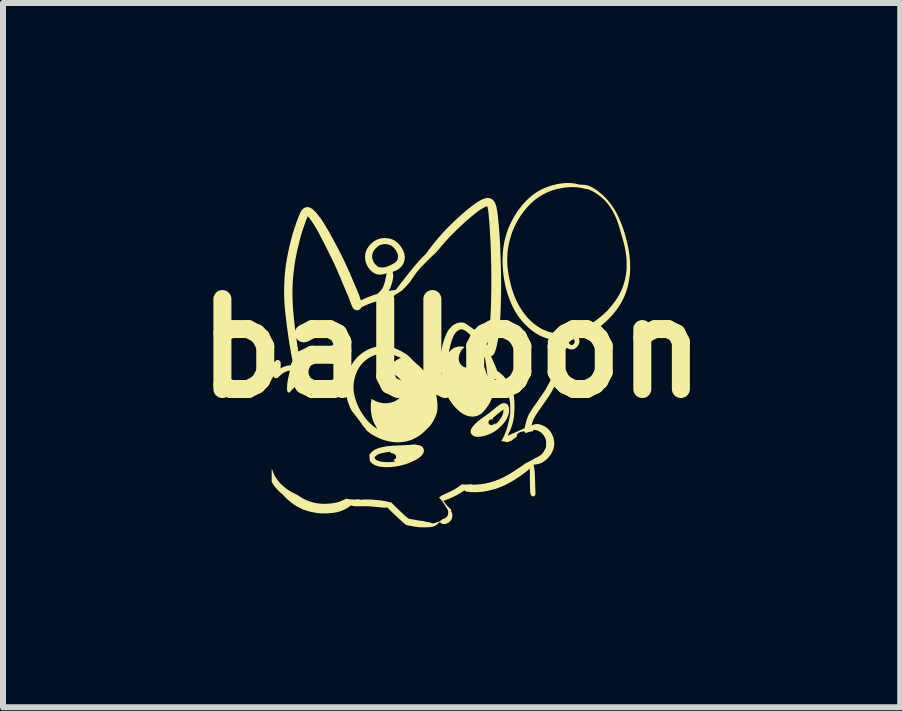
<source format=kicad_pcb>
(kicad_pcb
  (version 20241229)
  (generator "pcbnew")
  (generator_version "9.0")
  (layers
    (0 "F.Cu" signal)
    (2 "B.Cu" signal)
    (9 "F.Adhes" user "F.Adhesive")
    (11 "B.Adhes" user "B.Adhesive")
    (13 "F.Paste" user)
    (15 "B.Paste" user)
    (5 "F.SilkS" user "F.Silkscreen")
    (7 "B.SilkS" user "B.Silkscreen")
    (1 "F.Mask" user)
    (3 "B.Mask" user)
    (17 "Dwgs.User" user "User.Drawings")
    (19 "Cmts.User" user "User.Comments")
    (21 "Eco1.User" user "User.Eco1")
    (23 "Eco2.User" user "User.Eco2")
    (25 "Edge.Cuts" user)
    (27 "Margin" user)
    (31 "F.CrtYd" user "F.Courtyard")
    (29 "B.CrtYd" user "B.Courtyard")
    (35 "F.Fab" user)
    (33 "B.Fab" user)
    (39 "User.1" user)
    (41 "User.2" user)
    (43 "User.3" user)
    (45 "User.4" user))
  (footprint "balloon"
    (layer "F.Cu")
    (at 4.479 2.757)
    (property "Reference" "balloon" (at 0 0 0) (layer "F.SilkS") (effects (font (size 1.5 1.5) (thickness 0.3))))
    (attr board_only exclude_from_pos_files exclude_from_bom)
    (fp_poly (pts (xy 0.899 0.917) (xy 0.914 0.923) (xy 0.928 0.933) (xy 0.939 0.946) (xy 0.947 0.962) (xy 0.954 0.981) (xy 0.955 0.987) (xy 0.957 0.999) (xy 0.958 1.015) (xy 0.958 1.03) (xy 0.957 1.058) (xy 0.953 1.085) (xy 0.945 1.113) (xy 0.934 1.141) (xy 0.927 1.158) (xy 0.916 1.18) (xy 0.904 1.2) (xy 0.891 1.219) (xy 0.877 1.239) (xy 0.86 1.258) (xy 0.841 1.279) (xy 0.826 1.294) (xy 0.806 1.314) (xy 0.787 1.332) (xy 0.769 1.347) (xy 0.751 1.361) (xy 0.733 1.375) (xy 0.722 1.382) (xy 0.695 1.398) (xy 0.666 1.414) (xy 0.636 1.428) (xy 0.605 1.44) (xy 0.574 1.451) (xy 0.543 1.46) (xy 0.512 1.467) (xy 0.483 1.472) (xy 0.455 1.475) (xy 0.429 1.476) (xy 0.407 1.474) (xy 0.386 1.469) (xy 0.368 1.462) (xy 0.351 1.451) (xy 0.337 1.439) (xy 0.326 1.424) (xy 0.323 1.418) (xy 0.32 1.411) (xy 0.319 1.406) (xy 0.318 1.4) (xy 0.317 1.392) (xy 0.317 1.386) (xy 0.318 1.374) (xy 0.319 1.364) (xy 0.322 1.353) (xy 0.327 1.342) (xy 0.334 1.33) (xy 0.343 1.317) (xy 0.352 1.304) (xy 0.36 1.294) (xy 0.371 1.282) (xy 0.384 1.269) (xy 0.397 1.255) (xy 0.412 1.24) (xy 0.415 1.238) (xy 0.614 1.238) (xy 0.617 1.249) (xy 0.623 1.26) (xy 0.632 1.27) (xy 0.643 1.276) (xy 0.646 1.277) (xy 0.655 1.279) (xy 0.666 1.279) (xy 0.677 1.277) (xy 0.686 1.274) (xy 0.696 1.269) (xy 0.706 1.262) (xy 0.716 1.254) (xy 0.721 1.25) (xy 0.726 1.245) (xy 0.726 1.258) (xy 0.726 1.264) (xy 0.727 1.269) (xy 0.728 1.27) (xy 0.73 1.269) (xy 0.734 1.265) (xy 0.74 1.259) (xy 0.747 1.252) (xy 0.755 1.244) (xy 0.763 1.236) (xy 0.771 1.227) (xy 0.778 1.219) (xy 0.784 1.213) (xy 0.787 1.209) (xy 0.808 1.183) (xy 0.826 1.156) (xy 0.84 1.129) (xy 0.851 1.102) (xy 0.859 1.076) (xy 0.863 1.051) (xy 0.863 1.046) (xy 0.864 1.035) (xy 0.863 1.028) (xy 0.862 1.024) (xy 0.86 1.023) (xy 0.855 1.025) (xy 0.849 1.029) (xy 0.849 1.029) (xy 0.841 1.035) (xy 0.831 1.042) (xy 0.819 1.052) (xy 0.805 1.063) (xy 0.79 1.075) (xy 0.774 1.088) (xy 0.759 1.101) (xy 0.743 1.114) (xy 0.729 1.126) (xy 0.715 1.137) (xy 0.704 1.147) (xy 0.697 1.153) (xy 0.68 1.169) (xy 0.688 1.176) (xy 0.697 1.184) (xy 0.673 1.184) (xy 0.66 1.185) (xy 0.649 1.187) (xy 0.641 1.189) (xy 0.634 1.193) (xy 0.628 1.199) (xy 0.626 1.202) (xy 0.618 1.213) (xy 0.615 1.225) (xy 0.614 1.238) (xy 0.415 1.238) (xy 0.426 1.227) (xy 0.44 1.215) (xy 0.453 1.204) (xy 0.454 1.203) (xy 0.468 1.193) (xy 0.484 1.18) (xy 0.503 1.167) (xy 0.522 1.152) (xy 0.542 1.138) (xy 0.562 1.124) (xy 0.581 1.111) (xy 0.591 1.105) (xy 0.603 1.096) (xy 0.615 1.087) (xy 0.627 1.078) (xy 0.638 1.07) (xy 0.642 1.066) (xy 0.65 1.059) (xy 0.661 1.05) (xy 0.674 1.039) (xy 0.688 1.028) (xy 0.703 1.016) (xy 0.718 1.004) (xy 0.733 0.992) (xy 0.747 0.98) (xy 0.76 0.97) (xy 0.772 0.961) (xy 0.782 0.954) (xy 0.787 0.95) (xy 0.806 0.937) (xy 0.823 0.927) (xy 0.839 0.92) (xy 0.854 0.916) (xy 0.864 0.914) (xy 0.883 0.914)) (stroke (width 0) (type solid)) (fill yes) (layer "F.SilkS"))
    (fp_poly (pts (xy -0.615 1.603) (xy -0.611 1.603) (xy -0.61 1.603) (xy -0.601 1.604) (xy -0.593 1.606) (xy -0.588 1.607) (xy -0.582 1.609) (xy -0.574 1.61) (xy -0.564 1.612) (xy -0.558 1.613) (xy -0.536 1.617) (xy -0.518 1.623) (xy -0.503 1.631) (xy -0.49 1.641) (xy -0.48 1.654) (xy -0.473 1.665) (xy -0.466 1.683) (xy -0.463 1.699) (xy -0.463 1.716) (xy -0.466 1.733) (xy -0.474 1.75) (xy -0.485 1.768) (xy -0.488 1.772) (xy -0.501 1.788) (xy -0.517 1.803) (xy -0.535 1.819) (xy -0.556 1.834) (xy -0.581 1.849) (xy -0.609 1.865) (xy -0.639 1.88) (xy -0.671 1.895) (xy -0.702 1.909) (xy -0.735 1.921) (xy -0.768 1.932) (xy -0.804 1.942) (xy -0.83 1.949) (xy -0.868 1.958) (xy -0.903 1.965) (xy -0.938 1.971) (xy -0.974 1.975) (xy -1.003 1.978) (xy -1.011 1.979) (xy -1.022 1.979) (xy -1.035 1.979) (xy -1.049 1.98) (xy -1.065 1.98) (xy -1.081 1.98) (xy -1.096 1.98) (xy -1.11 1.98) (xy -1.123 1.98) (xy -1.132 1.979) (xy -1.138 1.979) (xy -1.156 1.977) (xy -1.171 1.975) (xy -1.184 1.973) (xy -1.196 1.972) (xy -1.208 1.969) (xy -1.209 1.969) (xy -1.241 1.961) (xy -1.27 1.951) (xy -1.295 1.939) (xy -1.317 1.925) (xy -1.337 1.909) (xy -1.353 1.89) (xy -1.357 1.883) (xy -1.365 1.872) (xy -1.366 1.842) (xy -1.367 1.83) (xy -1.368 1.823) (xy -1.286 1.823) (xy -1.284 1.828) (xy -1.28 1.835) (xy -1.28 1.835) (xy -1.271 1.848) (xy -1.258 1.858) (xy -1.242 1.868) (xy -1.222 1.876) (xy -1.2 1.883) (xy -1.174 1.889) (xy -1.145 1.893) (xy -1.114 1.896) (xy -1.081 1.897) (xy -1.053 1.897) (xy -1.038 1.896) (xy -1.023 1.896) (xy -1.007 1.895) (xy -0.994 1.894) (xy -0.985 1.893) (xy -0.974 1.892) (xy -0.964 1.891) (xy -0.955 1.89) (xy -0.949 1.889) (xy -0.948 1.889) (xy -0.94 1.887) (xy -0.957 1.874) (xy -0.965 1.869) (xy -0.969 1.865) (xy -0.972 1.862) (xy -0.972 1.861) (xy -0.971 1.86) (xy -0.97 1.859) (xy -0.954 1.853) (xy -0.942 1.845) (xy -0.934 1.836) (xy -0.928 1.825) (xy -0.926 1.813) (xy -0.926 1.808) (xy -0.927 1.794) (xy -0.933 1.782) (xy -0.942 1.771) (xy -0.955 1.762) (xy -0.965 1.757) (xy -0.983 1.75) (xy -1 1.747) (xy -1.011 1.746) (xy -1.023 1.746) (xy -1.021 1.74) (xy -1.02 1.733) (xy -1.019 1.728) (xy -1.018 1.726) (xy -1.019 1.725) (xy -1.022 1.724) (xy -1.028 1.725) (xy -1.029 1.725) (xy -1.058 1.729) (xy -1.084 1.732) (xy -1.108 1.736) (xy -1.13 1.74) (xy -1.151 1.745) (xy -1.169 1.749) (xy -1.191 1.755) (xy -1.21 1.762) (xy -1.226 1.768) (xy -1.24 1.776) (xy -1.253 1.785) (xy -1.266 1.796) (xy -1.27 1.799) (xy -1.277 1.807) (xy -1.283 1.813) (xy -1.285 1.818) (xy -1.286 1.823) (xy -1.368 1.823) (xy -1.368 1.818) (xy -1.369 1.807) (xy -1.37 1.799) (xy -1.37 1.798) (xy -1.373 1.783) (xy -1.366 1.77) (xy -1.355 1.753) (xy -1.341 1.736) (xy -1.323 1.72) (xy -1.304 1.705) (xy -1.283 1.691) (xy -1.263 1.681) (xy -1.243 1.672) (xy -1.219 1.664) (xy -1.192 1.656) (xy -1.164 1.649) (xy -1.134 1.642) (xy -1.104 1.637) (xy -1.073 1.632) (xy -1.067 1.631) (xy -1.057 1.63) (xy -1.046 1.629) (xy -1.035 1.628) (xy -1.023 1.627) (xy -1.01 1.626) (xy -0.996 1.625) (xy -0.979 1.624) (xy -0.96 1.623) (xy -0.938 1.622) (xy -0.913 1.621) (xy -0.885 1.619) (xy -0.853 1.618) (xy -0.825 1.616) (xy -0.8 1.615) (xy -0.779 1.614) (xy -0.76 1.613) (xy -0.745 1.612) (xy -0.731 1.611) (xy -0.72 1.611) (xy -0.71 1.61) (xy -0.702 1.61) (xy -0.695 1.609) (xy -0.69 1.609) (xy -0.685 1.608) (xy -0.667 1.606) (xy -0.653 1.605) (xy -0.641 1.604) (xy -0.632 1.603) (xy -0.625 1.603) (xy -0.62 1.602)) (stroke (width 0) (type solid)) (fill yes) (layer "F.SilkS"))
    (fp_poly (pts (xy -1.14 -0.037) (xy -1.125 -0.036) (xy -1.11 -0.035) (xy -1.094 -0.034) (xy -1.079 -0.032) (xy -1.065 -0.03) (xy -1.062 -0.03) (xy -1.02 -0.022) (xy -0.977 -0.01) (xy -0.934 0.005) (xy -0.89 0.023) (xy -0.848 0.043) (xy -0.807 0.066) (xy -0.8 0.07) (xy -0.772 0.088) (xy -0.743 0.109) (xy -0.716 0.131) (xy -0.692 0.153) (xy -0.672 0.174) (xy -0.665 0.181) (xy -0.656 0.191) (xy -0.644 0.202) (xy -0.631 0.214) (xy -0.617 0.228) (xy -0.602 0.241) (xy -0.587 0.255) (xy -0.573 0.267) (xy -0.55 0.288) (xy -0.528 0.308) (xy -0.507 0.329) (xy -0.484 0.352) (xy -0.473 0.364) (xy -0.452 0.387) (xy -0.434 0.407) (xy -0.418 0.426) (xy -0.403 0.443) (xy -0.389 0.461) (xy -0.377 0.478) (xy -0.364 0.496) (xy -0.352 0.516) (xy -0.343 0.529) (xy -0.325 0.56) (xy -0.309 0.59) (xy -0.296 0.619) (xy -0.284 0.649) (xy -0.275 0.68) (xy -0.267 0.713) (xy -0.26 0.748) (xy -0.254 0.787) (xy -0.254 0.788) (xy -0.252 0.801) (xy -0.25 0.816) (xy -0.248 0.832) (xy -0.246 0.847) (xy -0.245 0.851) (xy -0.24 0.895) (xy -0.237 0.937) (xy -0.236 0.976) (xy -0.237 1.012) (xy -0.241 1.046) (xy -0.247 1.075) (xy -0.254 1.098) (xy -0.263 1.123) (xy -0.275 1.15) (xy -0.288 1.177) (xy -0.302 1.204) (xy -0.318 1.23) (xy -0.333 1.255) (xy -0.349 1.277) (xy -0.361 1.292) (xy -0.368 1.3) (xy -0.377 1.31) (xy -0.389 1.322) (xy -0.402 1.335) (xy -0.415 1.348) (xy -0.43 1.362) (xy -0.444 1.376) (xy -0.457 1.389) (xy -0.47 1.401) (xy -0.481 1.411) (xy -0.49 1.418) (xy -0.493 1.421) (xy -0.521 1.442) (xy -0.551 1.463) (xy -0.582 1.482) (xy -0.613 1.499) (xy -0.643 1.514) (xy -0.647 1.515) (xy -0.685 1.531) (xy -0.724 1.543) (xy -0.762 1.553) (xy -0.803 1.56) (xy -0.838 1.564) (xy -0.848 1.565) (xy -0.86 1.565) (xy -0.875 1.566) (xy -0.891 1.566) (xy -0.906 1.566) (xy -0.921 1.566) (xy -0.935 1.565) (xy -0.945 1.565) (xy -0.946 1.565) (xy -0.997 1.559) (xy -1.049 1.55) (xy -1.1 1.537) (xy -1.152 1.521) (xy -1.202 1.501) (xy -1.251 1.479) (xy -1.298 1.453) (xy -1.344 1.426) (xy -1.386 1.395) (xy -1.399 1.385) (xy -1.409 1.377) (xy -1.416 1.37) (xy -1.422 1.363) (xy -1.424 1.359) (xy -1.436 1.34) (xy -1.451 1.321) (xy -1.468 1.303) (xy -1.469 1.303) (xy -1.478 1.293) (xy -1.485 1.286) (xy -1.489 1.278) (xy -1.491 1.275) (xy -1.494 1.269) (xy -1.499 1.261) (xy -1.505 1.252) (xy -1.511 1.243) (xy -1.531 1.216) (xy -1.549 1.192) (xy -1.565 1.17) (xy -1.58 1.151) (xy -1.593 1.133) (xy -1.604 1.118) (xy -1.615 1.105) (xy -1.624 1.092) (xy -1.633 1.081) (xy -1.641 1.071) (xy -1.649 1.061) (xy -1.654 1.055) (xy -1.661 1.046) (xy -1.667 1.038) (xy -1.673 1.029) (xy -1.678 1.019) (xy -1.684 1.007) (xy -1.691 0.993) (xy -1.698 0.976) (xy -1.699 0.972) (xy -1.719 0.921) (xy -1.736 0.868) (xy -1.75 0.815) (xy -1.76 0.762) (xy -1.766 0.719) (xy -1.768 0.705) (xy -1.768 0.689) (xy -1.769 0.67) (xy -1.769 0.65) (xy -1.769 0.639) (xy -1.636 0.639) (xy -1.635 0.688) (xy -1.63 0.737) (xy -1.628 0.748) (xy -1.618 0.795) (xy -1.605 0.843) (xy -1.589 0.892) (xy -1.57 0.94) (xy -1.548 0.988) (xy -1.523 1.035) (xy -1.495 1.081) (xy -1.466 1.125) (xy -1.435 1.167) (xy -1.402 1.206) (xy -1.38 1.229) (xy -1.358 1.251) (xy -1.336 1.271) (xy -1.315 1.289) (xy -1.294 1.306) (xy -1.27 1.322) (xy -1.265 1.326) (xy -1.256 1.332) (xy -1.249 1.336) (xy -1.245 1.338) (xy -1.243 1.338) (xy -1.242 1.336) (xy -1.243 1.334) (xy -1.246 1.329) (xy -1.25 1.322) (xy -1.253 1.318) (xy -1.276 1.278) (xy -1.296 1.238) (xy -1.313 1.196) (xy -1.326 1.153) (xy -1.336 1.108) (xy -1.343 1.061) (xy -1.345 1.044) (xy -1.347 1.016) (xy -1.348 0.986) (xy -1.347 0.955) (xy -1.346 0.925) (xy -1.343 0.896) (xy -1.339 0.87) (xy -1.336 0.853) (xy -1.333 0.842) (xy -1.323 0.849) (xy -1.292 0.867) (xy -1.259 0.883) (xy -1.225 0.896) (xy -1.189 0.905) (xy -1.152 0.912) (xy -1.116 0.915) (xy -1.08 0.915) (xy -1.074 0.914) (xy -1.037 0.91) (xy -1.002 0.902) (xy -0.969 0.892) (xy -0.939 0.878) (xy -0.911 0.862) (xy -0.886 0.844) (xy -0.864 0.823) (xy -0.845 0.799) (xy -0.829 0.773) (xy -0.827 0.77) (xy -0.817 0.749) (xy -0.81 0.728) (xy -0.805 0.707) (xy -0.803 0.685) (xy -0.802 0.661) (xy -0.803 0.656) (xy -0.804 0.635) (xy -0.807 0.617) (xy -0.811 0.6) (xy -0.818 0.582) (xy -0.82 0.576) (xy -0.833 0.55) (xy -0.851 0.525) (xy -0.871 0.501) (xy -0.895 0.479) (xy -0.921 0.46) (xy -0.951 0.442) (xy -0.982 0.426) (xy -0.996 0.421) (xy -1.003 0.418) (xy -1.013 0.415) (xy -1.026 0.411) (xy -1.04 0.407) (xy -1.055 0.403) (xy -1.07 0.399) (xy -1.085 0.396) (xy -1.097 0.393) (xy -1.105 0.391) (xy -1.111 0.389) (xy -1.116 0.388) (xy -1.117 0.387) (xy -1.117 0.385) (xy -1.114 0.381) (xy -1.11 0.375) (xy -1.106 0.371) (xy -1.074 0.333) (xy -1.043 0.299) (xy -1.011 0.268) (xy -0.98 0.24) (xy -0.949 0.216) (xy -0.928 0.202) (xy -0.92 0.197) (xy -0.91 0.191) (xy -0.9 0.185) (xy -0.889 0.179) (xy -0.878 0.173) (xy -0.869 0.168) (xy -0.861 0.165) (xy -0.855 0.163) (xy -0.853 0.162) (xy -0.85 0.161) (xy -0.851 0.16) (xy -0.855 0.157) (xy -0.862 0.153) (xy -0.873 0.148) (xy -0.874 0.147) (xy -0.922 0.127) (xy -0.97 0.109) (xy -1.018 0.096) (xy -1.049 0.09) (xy -1.063 0.088) (xy -1.08 0.086) (xy -1.098 0.085) (xy -1.117 0.084) (xy -1.136 0.084) (xy -1.154 0.084) (xy -1.168 0.085) (xy -1.173 0.086) (xy -1.205 0.091) (xy -1.239 0.099) (xy -1.273 0.11) (xy -1.307 0.123) (xy -1.34 0.138) (xy -1.37 0.154) (xy -1.378 0.159) (xy -1.402 0.175) (xy -1.427 0.194) (xy -1.451 0.214) (xy -1.474 0.236) (xy -1.495 0.257) (xy -1.511 0.276) (xy -1.535 0.309) (xy -1.557 0.345) (xy -1.577 0.383) (xy -1.593 0.422) (xy -1.602 0.445) (xy -1.616 0.494) (xy -1.627 0.542) (xy -1.633 0.591) (xy -1.636 0.639) (xy -1.769 0.639) (xy -1.769 0.63) (xy -1.768 0.61) (xy -1.767 0.592) (xy -1.766 0.576) (xy -1.765 0.568) (xy -1.757 0.516) (xy -1.746 0.466) (xy -1.731 0.416) (xy -1.714 0.368) (xy -1.693 0.321) (xy -1.669 0.277) (xy -1.643 0.236) (xy -1.633 0.221) (xy -1.601 0.181) (xy -1.567 0.144) (xy -1.53 0.11) (xy -1.491 0.079) (xy -1.45 0.051) (xy -1.406 0.027) (xy -1.36 0.006) (xy -1.326 -0.007) (xy -1.3 -0.015) (xy -1.273 -0.022) (xy -1.245 -0.028) (xy -1.219 -0.032) (xy -1.195 -0.035) (xy -1.193 -0.035) (xy -1.183 -0.036) (xy -1.172 -0.036) (xy -1.164 -0.037) (xy -1.161 -0.037) (xy -1.152 -0.037)) (stroke (width 0) (type solid)) (fill yes) (layer "F.SilkS"))
    (fp_poly (pts (xy 1.974 -2.756) (xy 2.01 -2.753) (xy 2.046 -2.749) (xy 2.081 -2.742) (xy 2.115 -2.734) (xy 2.118 -2.733) (xy 2.126 -2.731) (xy 2.133 -2.73) (xy 2.14 -2.729) (xy 2.149 -2.729) (xy 2.16 -2.728) (xy 2.166 -2.728) (xy 2.197 -2.727) (xy 2.226 -2.724) (xy 2.253 -2.719) (xy 2.279 -2.712) (xy 2.306 -2.701) (xy 2.324 -2.693) (xy 2.352 -2.678) (xy 2.382 -2.66) (xy 2.413 -2.64) (xy 2.445 -2.616) (xy 2.476 -2.591) (xy 2.508 -2.565) (xy 2.538 -2.537) (xy 2.567 -2.509) (xy 2.594 -2.48) (xy 2.612 -2.458) (xy 2.653 -2.406) (xy 2.691 -2.352) (xy 2.727 -2.294) (xy 2.76 -2.234) (xy 2.78 -2.193) (xy 2.807 -2.132) (xy 2.832 -2.071) (xy 2.855 -2.008) (xy 2.877 -1.942) (xy 2.897 -1.875) (xy 2.914 -1.809) (xy 2.925 -1.765) (xy 2.934 -1.724) (xy 2.943 -1.685) (xy 2.95 -1.648) (xy 2.956 -1.612) (xy 2.961 -1.577) (xy 2.965 -1.542) (xy 2.969 -1.506) (xy 2.969 -1.5) (xy 2.973 -1.45) (xy 2.975 -1.402) (xy 2.976 -1.356) (xy 2.976 -1.312) (xy 2.973 -1.268) (xy 2.97 -1.224) (xy 2.964 -1.179) (xy 2.957 -1.132) (xy 2.954 -1.115) (xy 2.951 -1.098) (xy 2.947 -1.078) (xy 2.942 -1.057) (xy 2.937 -1.035) (xy 2.931 -1.013) (xy 2.925 -0.993) (xy 2.92 -0.975) (xy 2.898 -0.912) (xy 2.873 -0.851) (xy 2.844 -0.792) (xy 2.811 -0.734) (xy 2.774 -0.677) (xy 2.734 -0.622) (xy 2.69 -0.568) (xy 2.669 -0.544) (xy 2.618 -0.491) (xy 2.567 -0.441) (xy 2.514 -0.395) (xy 2.459 -0.353) (xy 2.404 -0.314) (xy 2.348 -0.279) (xy 2.291 -0.248) (xy 2.233 -0.221) (xy 2.174 -0.197) (xy 2.144 -0.187) (xy 2.135 -0.184) (xy 2.128 -0.182) (xy 2.123 -0.18) (xy 2.121 -0.179) (xy 2.121 -0.179) (xy 2.121 -0.177) (xy 2.122 -0.173) (xy 2.124 -0.168) (xy 2.129 -0.147) (xy 2.131 -0.125) (xy 2.13 -0.103) (xy 2.125 -0.081) (xy 2.123 -0.076) (xy 2.114 -0.056) (xy 2.102 -0.037) (xy 2.087 -0.02) (xy 2.07 -0.006) (xy 2.052 0.006) (xy 2.041 0.011) (xy 2.024 0.015) (xy 2.007 0.018) (xy 1.989 0.018) (xy 1.976 0.016) (xy 1.969 0.014) (xy 1.961 0.012) (xy 1.952 0.008) (xy 1.943 0.004) (xy 1.936 0.001) (xy 1.931 -0.002) (xy 1.929 -0.004) (xy 1.926 -0.006) (xy 1.921 -0.005) (xy 1.916 -0.001) (xy 1.906 0.005) (xy 1.895 0.01) (xy 1.883 0.014) (xy 1.877 0.016) (xy 1.867 0.018) (xy 1.865 0.064) (xy 1.864 0.093) (xy 1.863 0.121) (xy 1.86 0.149) (xy 1.857 0.176) (xy 1.853 0.205) (xy 1.848 0.234) (xy 1.841 0.266) (xy 1.834 0.3) (xy 1.827 0.33) (xy 1.819 0.364) (xy 1.811 0.395) (xy 1.802 0.425) (xy 1.792 0.454) (xy 1.782 0.483) (xy 1.77 0.513) (xy 1.757 0.543) (xy 1.742 0.576) (xy 1.725 0.611) (xy 1.72 0.621) (xy 1.703 0.655) (xy 1.687 0.686) (xy 1.671 0.715) (xy 1.654 0.744) (xy 1.637 0.772) (xy 1.619 0.801) (xy 1.599 0.831) (xy 1.577 0.863) (xy 1.566 0.878) (xy 1.557 0.89) (xy 1.547 0.905) (xy 1.536 0.921) (xy 1.525 0.936) (xy 1.515 0.951) (xy 1.512 0.955) (xy 1.502 0.969) (xy 1.492 0.984) (xy 1.481 1) (xy 1.471 1.014) (xy 1.462 1.027) (xy 1.459 1.03) (xy 1.451 1.042) (xy 1.442 1.054) (xy 1.434 1.066) (xy 1.427 1.076) (xy 1.423 1.083) (xy 1.417 1.093) (xy 1.41 1.104) (xy 1.402 1.117) (xy 1.395 1.128) (xy 1.394 1.129) (xy 1.382 1.15) (xy 1.37 1.174) (xy 1.358 1.2) (xy 1.349 1.226) (xy 1.341 1.25) (xy 1.339 1.26) (xy 1.337 1.27) (xy 1.335 1.279) (xy 1.334 1.285) (xy 1.333 1.289) (xy 1.333 1.29) (xy 1.335 1.289) (xy 1.339 1.287) (xy 1.34 1.285) (xy 1.353 1.277) (xy 1.368 1.27) (xy 1.386 1.266) (xy 1.406 1.263) (xy 1.426 1.262) (xy 1.446 1.264) (xy 1.452 1.265) (xy 1.475 1.27) (xy 1.499 1.278) (xy 1.523 1.288) (xy 1.547 1.299) (xy 1.568 1.311) (xy 1.569 1.312) (xy 1.595 1.331) (xy 1.618 1.353) (xy 1.64 1.378) (xy 1.659 1.406) (xy 1.675 1.435) (xy 1.688 1.466) (xy 1.699 1.497) (xy 1.706 1.53) (xy 1.711 1.563) (xy 1.711 1.596) (xy 1.708 1.628) (xy 1.706 1.641) (xy 1.7 1.667) (xy 1.691 1.694) (xy 1.679 1.721) (xy 1.667 1.746) (xy 1.658 1.761) (xy 1.644 1.782) (xy 1.627 1.804) (xy 1.607 1.825) (xy 1.587 1.846) (xy 1.565 1.865) (xy 1.544 1.882) (xy 1.522 1.897) (xy 1.502 1.908) (xy 1.501 1.908) (xy 1.478 1.918) (xy 1.453 1.926) (xy 1.425 1.932) (xy 1.397 1.936) (xy 1.383 1.937) (xy 1.374 1.938) (xy 1.369 1.939) (xy 1.366 1.94) (xy 1.365 1.941) (xy 1.366 1.943) (xy 1.366 1.943) (xy 1.367 1.948) (xy 1.369 1.956) (xy 1.371 1.966) (xy 1.374 1.978) (xy 1.376 1.99) (xy 1.378 2.003) (xy 1.38 2.015) (xy 1.381 2.022) (xy 1.382 2.033) (xy 1.383 2.043) (xy 1.385 2.054) (xy 1.385 2.065) (xy 1.386 2.077) (xy 1.387 2.091) (xy 1.388 2.106) (xy 1.389 2.124) (xy 1.389 2.144) (xy 1.39 2.167) (xy 1.391 2.193) (xy 1.391 2.215) (xy 1.392 2.238) (xy 1.392 2.261) (xy 1.393 2.284) (xy 1.394 2.305) (xy 1.394 2.325) (xy 1.395 2.343) (xy 1.395 2.358) (xy 1.396 2.371) (xy 1.396 2.377) (xy 1.397 2.39) (xy 1.397 2.402) (xy 1.398 2.413) (xy 1.398 2.422) (xy 1.398 2.427) (xy 1.398 2.428) (xy 1.395 2.441) (xy 1.389 2.452) (xy 1.381 2.461) (xy 1.371 2.466) (xy 1.359 2.468) (xy 1.359 2.468) (xy 1.346 2.466) (xy 1.335 2.461) (xy 1.326 2.452) (xy 1.319 2.44) (xy 1.314 2.425) (xy 1.312 2.419) (xy 1.311 2.412) (xy 1.31 2.401) (xy 1.309 2.386) (xy 1.309 2.369) (xy 1.308 2.35) (xy 1.307 2.328) (xy 1.306 2.304) (xy 1.306 2.279) (xy 1.305 2.253) (xy 1.305 2.227) (xy 1.304 2.2) (xy 1.304 2.173) (xy 1.304 2.151) (xy 1.304 2.13) (xy 1.304 2.109) (xy 1.304 2.09) (xy 1.304 2.072) (xy 1.304 2.056) (xy 1.303 2.043) (xy 1.303 2.032) (xy 1.303 2.025) (xy 1.303 2.023) (xy 1.302 2.004) (xy 1.286 2.019) (xy 1.273 2.03) (xy 1.257 2.044) (xy 1.238 2.059) (xy 1.216 2.075) (xy 1.193 2.092) (xy 1.169 2.11) (xy 1.144 2.128) (xy 1.118 2.146) (xy 1.091 2.163) (xy 1.066 2.18) (xy 1.04 2.197) (xy 1.016 2.211) (xy 0.994 2.225) (xy 0.988 2.228) (xy 0.944 2.252) (xy 0.902 2.274) (xy 0.859 2.294) (xy 0.815 2.312) (xy 0.769 2.329) (xy 0.72 2.345) (xy 0.713 2.347) (xy 0.699 2.351) (xy 0.681 2.356) (xy 0.662 2.361) (xy 0.642 2.366) (xy 0.622 2.371) (xy 0.603 2.376) (xy 0.586 2.379) (xy 0.573 2.382) (xy 0.516 2.391) (xy 0.457 2.396) (xy 0.397 2.398) (xy 0.335 2.397) (xy 0.326 2.396) (xy 0.303 2.395) (xy 0.284 2.393) (xy 0.268 2.391) (xy 0.255 2.389) (xy 0.244 2.387) (xy 0.235 2.384) (xy 0.228 2.38) (xy 0.222 2.376) (xy 0.221 2.375) (xy 0.216 2.371) (xy 0.212 2.369) (xy 0.211 2.368) (xy 0.209 2.369) (xy 0.205 2.372) (xy 0.198 2.377) (xy 0.189 2.383) (xy 0.182 2.388) (xy 0.156 2.405) (xy 0.131 2.421) (xy 0.105 2.437) (xy 0.079 2.451) (xy 0.052 2.465) (xy 0.024 2.478) (xy -0.007 2.492) (xy -0.04 2.506) (xy -0.076 2.52) (xy -0.103 2.53) (xy -0.138 2.544) (xy -0.111 2.578) (xy -0.095 2.599) (xy -0.08 2.617) (xy -0.067 2.632) (xy -0.056 2.644) (xy -0.048 2.652) (xy -0.041 2.657) (xy -0.04 2.658) (xy -0.027 2.667) (xy -0.017 2.678) (xy -0.011 2.691) (xy -0.008 2.705) (xy -0.008 2.707) (xy -0.008 2.714) (xy -0.006 2.721) (xy -0.002 2.728) (xy -0.001 2.731) (xy 0.005 2.744) (xy 0.009 2.758) (xy 0.012 2.774) (xy 0.012 2.787) (xy 0.01 2.811) (xy 0.005 2.832) (xy -0.003 2.852) (xy -0.015 2.87) (xy -0.023 2.88) (xy -0.039 2.895) (xy -0.057 2.908) (xy -0.076 2.918) (xy -0.093 2.924) (xy -0.101 2.927) (xy -0.109 2.928) (xy -0.119 2.929) (xy -0.128 2.929) (xy -0.138 2.929) (xy -0.145 2.929) (xy -0.151 2.928) (xy -0.156 2.926) (xy -0.161 2.923) (xy -0.174 2.916) (xy -0.183 2.908) (xy -0.188 2.903) (xy -0.192 2.9) (xy -0.195 2.899) (xy -0.199 2.899) (xy -0.201 2.899) (xy -0.207 2.9) (xy -0.21 2.902) (xy -0.21 2.902) (xy -0.211 2.905) (xy -0.215 2.91) (xy -0.221 2.916) (xy -0.228 2.923) (xy -0.235 2.929) (xy -0.242 2.936) (xy -0.249 2.941) (xy -0.253 2.943) (xy -0.26 2.948) (xy -0.265 2.952) (xy -0.269 2.954) (xy -0.275 2.959) (xy -0.284 2.963) (xy -0.294 2.968) (xy -0.304 2.971) (xy -0.311 2.973) (xy -0.324 2.976) (xy -0.34 2.978) (xy -0.359 2.98) (xy -0.379 2.981) (xy -0.402 2.983) (xy -0.425 2.983) (xy -0.448 2.984) (xy -0.462 2.984) (xy -0.478 2.984) (xy -0.493 2.984) (xy -0.508 2.983) (xy -0.521 2.983) (xy -0.531 2.983) (xy -0.537 2.982) (xy -0.55 2.981) (xy -0.566 2.979) (xy -0.583 2.977) (xy -0.602 2.974) (xy -0.622 2.971) (xy -0.643 2.968) (xy -0.663 2.964) (xy -0.682 2.96) (xy -0.701 2.957) (xy -0.718 2.954) (xy -0.732 2.95) (xy -0.744 2.947) (xy -0.753 2.945) (xy -0.757 2.943) (xy -0.761 2.941) (xy -0.766 2.938) (xy -0.773 2.934) (xy -0.78 2.928) (xy -0.789 2.92) (xy -0.8 2.911) (xy -0.813 2.9) (xy -0.828 2.886) (xy -0.845 2.871) (xy -0.865 2.853) (xy -0.87 2.847) (xy -0.895 2.825) (xy -0.916 2.804) (xy -0.936 2.786) (xy -0.954 2.769) (xy -0.971 2.753) (xy -0.987 2.737) (xy -1.002 2.722) (xy -1.018 2.707) (xy -1.028 2.697) (xy -1.075 2.65) (xy -1.089 2.653) (xy -1.105 2.656) (xy -1.125 2.657) (xy -1.147 2.655) (xy -1.16 2.653) (xy -1.171 2.652) (xy -1.183 2.65) (xy -1.197 2.649) (xy -1.208 2.648) (xy -1.22 2.647) (xy -1.232 2.646) (xy -1.243 2.645) (xy -1.251 2.644) (xy -1.26 2.643) (xy -1.271 2.642) (xy -1.283 2.642) (xy -1.29 2.641) (xy -1.3 2.641) (xy -1.313 2.639) (xy -1.327 2.638) (xy -1.341 2.637) (xy -1.349 2.636) (xy -1.357 2.635) (xy -1.365 2.634) (xy -1.372 2.634) (xy -1.38 2.633) (xy -1.388 2.633) (xy -1.398 2.633) (xy -1.409 2.632) (xy -1.422 2.632) (xy -1.437 2.632) (xy -1.456 2.633) (xy -1.477 2.633) (xy -1.492 2.633) (xy -1.518 2.633) (xy -1.541 2.633) (xy -1.56 2.633) (xy -1.576 2.633) (xy -1.59 2.633) (xy -1.602 2.633) (xy -1.613 2.632) (xy -1.622 2.631) (xy -1.631 2.63) (xy -1.639 2.629) (xy -1.648 2.627) (xy -1.657 2.625) (xy -1.659 2.624) (xy -1.667 2.622) (xy -1.675 2.621) (xy -1.679 2.62) (xy -1.68 2.62) (xy -1.684 2.621) (xy -1.689 2.625) (xy -1.695 2.63) (xy -1.698 2.632) (xy -1.717 2.647) (xy -1.736 2.659) (xy -1.746 2.665) (xy -1.753 2.669) (xy -1.762 2.673) (xy -1.771 2.679) (xy -1.774 2.68) (xy -1.794 2.691) (xy -1.817 2.701) (xy -1.841 2.711) (xy -1.867 2.72) (xy -1.892 2.727) (xy -1.9 2.729) (xy -1.923 2.734) (xy -1.95 2.739) (xy -1.979 2.743) (xy -2.01 2.746) (xy -2.042 2.749) (xy -2.074 2.751) (xy -2.106 2.752) (xy -2.138 2.752) (xy -2.167 2.752) (xy -2.192 2.75) (xy -2.225 2.747) (xy -2.259 2.742) (xy -2.295 2.736) (xy -2.329 2.73) (xy -2.34 2.727) (xy -2.395 2.713) (xy -2.446 2.696) (xy -2.495 2.677) (xy -2.542 2.655) (xy -2.588 2.63) (xy -2.632 2.602) (xy -2.675 2.57) (xy -2.717 2.535) (xy -2.727 2.526) (xy -2.738 2.517) (xy -2.749 2.506) (xy -2.761 2.495) (xy -2.773 2.483) (xy -2.784 2.472) (xy -2.794 2.462) (xy -2.803 2.452) (xy -2.81 2.445) (xy -2.815 2.439) (xy -2.816 2.438) (xy -2.821 2.433) (xy -2.827 2.427) (xy -2.834 2.422) (xy -2.855 2.404) (xy -2.877 2.384) (xy -2.899 2.361) (xy -2.921 2.337) (xy -2.943 2.311) (xy -2.963 2.284) (xy -2.981 2.257) (xy -2.992 2.239) (xy -3 2.225) (xy -3 2.117) (xy -3 2.094) (xy -3 2.074) (xy -3 2.057) (xy -3 2.044) (xy -3 2.034) (xy -3 2.026) (xy -2.999 2.02) (xy -2.999 2.016) (xy -2.999 2.014) (xy -2.998 2.013) (xy -2.998 2.013) (xy -2.997 2.013) (xy -2.996 2.014) (xy -2.995 2.016) (xy -2.993 2.018) (xy -2.992 2.021) (xy -2.99 2.025) (xy -2.988 2.03) (xy -2.985 2.038) (xy -2.982 2.049) (xy -2.98 2.054) (xy -2.973 2.072) (xy -2.965 2.091) (xy -2.955 2.112) (xy -2.944 2.132) (xy -2.933 2.151) (xy -2.924 2.166) (xy -2.899 2.201) (xy -2.87 2.236) (xy -2.838 2.269) (xy -2.804 2.3) (xy -2.768 2.33) (xy -2.751 2.343) (xy -2.723 2.362) (xy -2.693 2.381) (xy -2.661 2.399) (xy -2.63 2.416) (xy -2.599 2.43) (xy -2.587 2.436) (xy -2.578 2.44) (xy -2.568 2.446) (xy -2.558 2.452) (xy -2.554 2.455) (xy -2.512 2.484) (xy -2.468 2.509) (xy -2.422 2.531) (xy -2.373 2.55) (xy -2.322 2.566) (xy -2.272 2.578) (xy -2.232 2.585) (xy -2.189 2.589) (xy -2.144 2.592) (xy -2.098 2.592) (xy -2.051 2.589) (xy -2.004 2.585) (xy -1.965 2.579) (xy -1.94 2.575) (xy -1.918 2.57) (xy -1.896 2.564) (xy -1.874 2.557) (xy -1.851 2.548) (xy -1.827 2.538) (xy -1.802 2.527) (xy -1.758 2.506) (xy -1.741 2.509) (xy -1.707 2.515) (xy -1.673 2.518) (xy -1.639 2.52) (xy -1.607 2.52) (xy -1.578 2.518) (xy -1.564 2.516) (xy -1.554 2.515) (xy -1.545 2.514) (xy -1.539 2.513) (xy -1.535 2.513) (xy -1.534 2.513) (xy -1.535 2.515) (xy -1.538 2.519) (xy -1.538 2.519) (xy -1.541 2.523) (xy -1.54 2.525) (xy -1.54 2.525) (xy -1.538 2.525) (xy -1.532 2.525) (xy -1.523 2.525) (xy -1.513 2.524) (xy -1.504 2.523) (xy -1.489 2.522) (xy -1.473 2.521) (xy -1.454 2.52) (xy -1.433 2.52) (xy -1.412 2.519) (xy -1.392 2.519) (xy -1.372 2.519) (xy -1.353 2.52) (xy -1.338 2.521) (xy -1.325 2.521) (xy -1.322 2.522) (xy -1.313 2.523) (xy -1.301 2.524) (xy -1.287 2.525) (xy -1.272 2.527) (xy -1.257 2.528) (xy -1.255 2.528) (xy -1.241 2.53) (xy -1.226 2.531) (xy -1.212 2.532) (xy -1.2 2.533) (xy -1.19 2.534) (xy -1.189 2.534) (xy -1.176 2.536) (xy -1.159 2.538) (xy -1.14 2.542) (xy -1.12 2.545) (xy -1.099 2.549) (xy -1.078 2.554) (xy -1.06 2.558) (xy -1.048 2.561) (xy -1.037 2.563) (xy -1.027 2.565) (xy -1.02 2.567) (xy -1.017 2.567) (xy -1.007 2.569) (xy -0.938 2.637) (xy -0.915 2.659) (xy -0.893 2.681) (xy -0.871 2.702) (xy -0.85 2.723) (xy -0.829 2.742) (xy -0.81 2.761) (xy -0.791 2.777) (xy -0.774 2.793) (xy -0.759 2.806) (xy -0.746 2.818) (xy -0.735 2.827) (xy -0.727 2.833) (xy -0.724 2.836) (xy -0.721 2.837) (xy -0.717 2.839) (xy -0.712 2.84) (xy -0.705 2.842) (xy -0.696 2.844) (xy -0.685 2.846) (xy -0.67 2.849) (xy -0.655 2.851) (xy -0.638 2.854) (xy -0.621 2.857) (xy -0.604 2.86) (xy -0.59 2.863) (xy -0.577 2.865) (xy -0.567 2.867) (xy -0.566 2.867) (xy -0.555 2.869) (xy -0.541 2.871) (xy -0.526 2.873) (xy -0.51 2.875) (xy -0.501 2.876) (xy -0.489 2.877) (xy -0.478 2.879) (xy -0.468 2.88) (xy -0.462 2.881) (xy -0.459 2.882) (xy -0.459 2.882) (xy -0.454 2.884) (xy -0.445 2.886) (xy -0.434 2.889) (xy -0.42 2.892) (xy -0.405 2.895) (xy -0.39 2.897) (xy -0.376 2.899) (xy -0.366 2.902) (xy -0.358 2.904) (xy -0.351 2.906) (xy -0.347 2.908) (xy -0.33 2.915) (xy -0.312 2.918) (xy -0.294 2.916) (xy -0.275 2.911) (xy -0.268 2.908) (xy -0.259 2.905) (xy -0.249 2.901) (xy -0.239 2.898) (xy -0.239 2.898) (xy -0.214 2.89) (xy -0.192 2.879) (xy -0.172 2.864) (xy -0.164 2.857) (xy -0.157 2.851) (xy -0.152 2.847) (xy -0.146 2.845) (xy -0.139 2.843) (xy -0.125 2.839) (xy -0.11 2.833) (xy -0.098 2.825) (xy -0.09 2.819) (xy -0.079 2.806) (xy -0.069 2.79) (xy -0.062 2.771) (xy -0.058 2.752) (xy -0.056 2.731) (xy -0.056 2.726) (xy -0.058 2.712) (xy -0.062 2.7) (xy -0.068 2.686) (xy -0.077 2.672) (xy -0.078 2.671) (xy -0.082 2.664) (xy -0.087 2.655) (xy -0.093 2.645) (xy -0.099 2.635) (xy -0.1 2.634) (xy -0.122 2.598) (xy -0.144 2.565) (xy -0.167 2.535) (xy -0.189 2.509) (xy -0.196 2.502) (xy -0.202 2.496) (xy -0.206 2.49) (xy -0.209 2.487) (xy -0.21 2.486) (xy -0.208 2.484) (xy -0.203 2.482) (xy -0.2 2.48) (xy -0.193 2.475) (xy -0.186 2.47) (xy -0.179 2.463) (xy -0.179 2.463) (xy -0.175 2.46) (xy -0.17 2.457) (xy -0.166 2.454) (xy -0.159 2.45) (xy -0.151 2.446) (xy -0.141 2.442) (xy -0.128 2.436) (xy -0.12 2.432) (xy -0.098 2.423) (xy -0.075 2.412) (xy -0.052 2.401) (xy -0.03 2.391) (xy -0.008 2.38) (xy 0.012 2.37) (xy 0.03 2.36) (xy 0.045 2.352) (xy 0.053 2.347) (xy 0.071 2.336) (xy 0.09 2.324) (xy 0.111 2.31) (xy 0.131 2.296) (xy 0.149 2.283) (xy 0.154 2.28) (xy 0.173 2.266) (xy 0.188 2.268) (xy 0.199 2.27) (xy 0.214 2.271) (xy 0.231 2.271) (xy 0.25 2.271) (xy 0.269 2.27) (xy 0.289 2.269) (xy 0.307 2.267) (xy 0.323 2.265) (xy 0.328 2.265) (xy 0.33 2.266) (xy 0.33 2.267) (xy 0.332 2.269) (xy 0.338 2.27) (xy 0.347 2.271) (xy 0.359 2.272) (xy 0.375 2.272) (xy 0.393 2.272) (xy 0.414 2.271) (xy 0.429 2.27) (xy 0.49 2.264) (xy 0.552 2.255) (xy 0.613 2.242) (xy 0.675 2.225) (xy 0.689 2.22) (xy 0.729 2.206) (xy 0.767 2.192) (xy 0.805 2.177) (xy 0.842 2.16) (xy 0.879 2.142) (xy 0.917 2.121) (xy 0.957 2.099) (xy 0.999 2.073) (xy 1.008 2.068) (xy 1.021 2.059) (xy 1.036 2.05) (xy 1.053 2.039) (xy 1.07 2.027) (xy 1.089 2.015) (xy 1.108 2.003) (xy 1.127 1.99) (xy 1.145 1.978) (xy 1.162 1.966) (xy 1.178 1.956) (xy 1.192 1.946) (xy 1.203 1.938) (xy 1.212 1.932) (xy 1.215 1.929) (xy 1.227 1.92) (xy 1.237 1.914) (xy 1.246 1.908) (xy 1.255 1.904) (xy 1.262 1.901) (xy 1.283 1.892) (xy 1.306 1.88) (xy 1.331 1.867) (xy 1.356 1.852) (xy 1.366 1.846) (xy 1.377 1.839) (xy 1.387 1.834) (xy 1.395 1.829) (xy 1.402 1.826) (xy 1.405 1.824) (xy 1.415 1.82) (xy 1.426 1.815) (xy 1.438 1.809) (xy 1.449 1.802) (xy 1.453 1.799) (xy 1.461 1.794) (xy 1.469 1.789) (xy 1.475 1.786) (xy 1.482 1.782) (xy 1.491 1.774) (xy 1.501 1.765) (xy 1.511 1.755) (xy 1.52 1.745) (xy 1.527 1.734) (xy 1.527 1.734) (xy 1.537 1.719) (xy 1.547 1.701) (xy 1.556 1.684) (xy 1.564 1.668) (xy 1.567 1.66) (xy 1.574 1.642) (xy 1.575 1.593) (xy 1.575 1.578) (xy 1.575 1.566) (xy 1.575 1.557) (xy 1.574 1.55) (xy 1.574 1.544) (xy 1.573 1.538) (xy 1.572 1.533) (xy 1.57 1.527) (xy 1.57 1.526) (xy 1.562 1.501) (xy 1.551 1.478) (xy 1.538 1.456) (xy 1.524 1.436) (xy 1.508 1.418) (xy 1.491 1.404) (xy 1.487 1.401) (xy 1.476 1.394) (xy 1.464 1.387) (xy 1.452 1.38) (xy 1.439 1.374) (xy 1.429 1.37) (xy 1.425 1.368) (xy 1.42 1.367) (xy 1.413 1.365) (xy 1.404 1.364) (xy 1.394 1.362) (xy 1.385 1.36) (xy 1.377 1.359) (xy 1.371 1.359) (xy 1.367 1.358) (xy 1.367 1.359) (xy 1.366 1.361) (xy 1.364 1.365) (xy 1.363 1.365) (xy 1.36 1.371) (xy 1.355 1.377) (xy 1.353 1.379) (xy 1.348 1.384) (xy 1.343 1.386) (xy 1.34 1.386) (xy 1.327 1.387) (xy 1.312 1.389) (xy 1.295 1.393) (xy 1.278 1.398) (xy 1.26 1.404) (xy 1.251 1.408) (xy 1.243 1.411) (xy 1.237 1.413) (xy 1.233 1.412) (xy 1.23 1.41) (xy 1.227 1.404) (xy 1.224 1.399) (xy 1.22 1.393) (xy 1.217 1.389) (xy 1.211 1.386) (xy 1.202 1.385) (xy 1.202 1.385) (xy 1.192 1.385) (xy 1.179 1.387) (xy 1.163 1.39) (xy 1.147 1.396) (xy 1.136 1.4) (xy 1.12 1.408) (xy 1.107 1.417) (xy 1.097 1.428) (xy 1.09 1.441) (xy 1.087 1.456) (xy 1.086 1.459) (xy 1.085 1.467) (xy 1.084 1.472) (xy 1.083 1.476) (xy 1.083 1.476) (xy 1.081 1.478) (xy 1.076 1.481) (xy 1.069 1.486) (xy 1.061 1.492) (xy 1.056 1.495) (xy 1.046 1.502) (xy 1.034 1.51) (xy 1.024 1.518) (xy 1.015 1.525) (xy 1.014 1.526) (xy 1.009 1.531) (xy 1.004 1.535) (xy 0.999 1.538) (xy 0.994 1.541) (xy 0.988 1.544) (xy 0.979 1.547) (xy 0.968 1.551) (xy 0.962 1.553) (xy 0.926 1.566) (xy 0.904 1.559) (xy 0.89 1.555) (xy 0.875 1.552) (xy 0.861 1.55) (xy 0.848 1.549) (xy 0.839 1.549) (xy 0.837 1.549) (xy 0.832 1.55) (xy 0.828 1.55) (xy 0.828 1.549) (xy 0.829 1.547) (xy 0.831 1.542) (xy 0.835 1.535) (xy 0.84 1.525) (xy 0.846 1.514) (xy 0.849 1.509) (xy 0.864 1.479) (xy 0.878 1.451) (xy 0.89 1.423) (xy 0.901 1.394) (xy 0.912 1.365) (xy 0.922 1.333) (xy 0.932 1.299) (xy 0.94 1.267) (xy 0.949 1.231) (xy 0.957 1.193) (xy 0.965 1.155) (xy 0.971 1.118) (xy 0.972 1.11) (xy 0.974 1.102) (xy 0.975 1.094) (xy 0.975 1.087) (xy 0.976 1.079) (xy 0.976 1.07) (xy 0.977 1.059) (xy 0.977 1.046) (xy 0.977 1.031) (xy 0.977 1.011) (xy 0.977 1.011) (xy 0.977 0.98) (xy 0.976 0.952) (xy 0.975 0.927) (xy 0.973 0.905) (xy 0.97 0.884) (xy 0.967 0.864) (xy 0.963 0.845) (xy 0.958 0.825) (xy 0.955 0.814) (xy 0.942 0.775) (xy 0.925 0.736) (xy 0.904 0.698) (xy 0.881 0.661) (xy 0.854 0.627) (xy 0.826 0.594) (xy 0.795 0.564) (xy 0.775 0.547) (xy 0.767 0.541) (xy 0.758 0.535) (xy 0.749 0.529) (xy 0.74 0.522) (xy 0.731 0.517) (xy 0.724 0.513) (xy 0.72 0.511) (xy 0.718 0.51) (xy 0.718 0.512) (xy 0.718 0.517) (xy 0.717 0.526) (xy 0.717 0.536) (xy 0.717 0.549) (xy 0.717 0.558) (xy 0.715 0.614) (xy 0.71 0.667) (xy 0.702 0.719) (xy 0.691 0.768) (xy 0.676 0.815) (xy 0.658 0.861) (xy 0.637 0.905) (xy 0.613 0.947) (xy 0.601 0.965) (xy 0.583 0.99) (xy 0.565 1.014) (xy 0.546 1.037) (xy 0.528 1.057) (xy 0.51 1.074) (xy 0.494 1.088) (xy 0.491 1.091) (xy 0.465 1.108) (xy 0.439 1.121) (xy 0.411 1.13) (xy 0.381 1.136) (xy 0.35 1.138) (xy 0.347 1.138) (xy 0.313 1.136) (xy 0.281 1.13) (xy 0.248 1.12) (xy 0.215 1.106) (xy 0.183 1.088) (xy 0.171 1.08) (xy 0.154 1.068) (xy 0.137 1.056) (xy 0.121 1.042) (xy 0.104 1.027) (xy 0.085 1.009) (xy 0.075 0.999) (xy 0.048 0.971) (xy 0.024 0.943) (xy 0.001 0.913) (xy -0.02 0.882) (xy -0.04 0.85) (xy -0.058 0.816) (xy -0.075 0.78) (xy -0.091 0.742) (xy -0.106 0.701) (xy -0.119 0.657) (xy -0.132 0.61) (xy -0.145 0.56) (xy -0.156 0.506) (xy -0.159 0.493) (xy -0.17 0.434) (xy -0.178 0.379) (xy -0.185 0.325) (xy -0.188 0.274) (xy -0.19 0.224) (xy -0.189 0.176) (xy -0.185 0.129) (xy -0.18 0.083) (xy -0.176 0.06) (xy -0.044 0.06) (xy -0.043 0.062) (xy -0.041 0.061) (xy -0.038 0.057) (xy -0.034 0.053) (xy -0.011 0.03) (xy 0.012 0.011) (xy 0.036 -0.005) (xy 0.061 -0.017) (xy 0.088 -0.025) (xy 0.117 -0.03) (xy 0.132 -0.031) (xy 0.151 -0.031) (xy 0.172 -0.03) (xy 0.193 -0.027) (xy 0.203 -0.025) (xy 0.209 -0.023) (xy 0.214 -0.021) (xy 0.216 -0.02) (xy 0.216 -0.02) (xy 0.214 -0.019) (xy 0.21 -0.015) (xy 0.205 -0.011) (xy 0.205 -0.011) (xy 0.189 0.002) (xy 0.174 0.019) (xy 0.159 0.039) (xy 0.147 0.061) (xy 0.136 0.085) (xy 0.131 0.099) (xy 0.123 0.126) (xy 0.119 0.151) (xy 0.118 0.175) (xy 0.121 0.198) (xy 0.121 0.2) (xy 0.124 0.215) (xy 0.129 0.228) (xy 0.134 0.24) (xy 0.141 0.253) (xy 0.15 0.266) (xy 0.154 0.271) (xy 0.166 0.284) (xy 0.181 0.296) (xy 0.199 0.306) (xy 0.218 0.314) (xy 0.238 0.32) (xy 0.258 0.323) (xy 0.269 0.324) (xy 0.278 0.325) (xy 0.287 0.326) (xy 0.291 0.327) (xy 0.311 0.331) (xy 0.331 0.333) (xy 0.351 0.331) (xy 0.37 0.327) (xy 0.373 0.326) (xy 0.384 0.321) (xy 0.397 0.313) (xy 0.41 0.304) (xy 0.422 0.294) (xy 0.427 0.289) (xy 0.438 0.276) (xy 0.448 0.26) (xy 0.457 0.241) (xy 0.464 0.222) (xy 0.467 0.211) (xy 0.469 0.202) (xy 0.471 0.195) (xy 0.472 0.19) (xy 0.473 0.188) (xy 0.474 0.19) (xy 0.477 0.194) (xy 0.481 0.2) (xy 0.486 0.208) (xy 0.492 0.217) (xy 0.498 0.226) (xy 0.503 0.234) (xy 0.508 0.242) (xy 0.51 0.245) (xy 0.525 0.273) (xy 0.539 0.305) (xy 0.553 0.339) (xy 0.566 0.375) (xy 0.578 0.412) (xy 0.586 0.444) (xy 0.589 0.453) (xy 0.591 0.461) (xy 0.593 0.467) (xy 0.594 0.47) (xy 0.595 0.47) (xy 0.595 0.468) (xy 0.596 0.464) (xy 0.596 0.461) (xy 0.596 0.455) (xy 0.595 0.447) (xy 0.594 0.436) (xy 0.593 0.425) (xy 0.592 0.42) (xy 0.591 0.408) (xy 0.589 0.394) (xy 0.587 0.377) (xy 0.585 0.361) (xy 0.583 0.345) (xy 0.583 0.344) (xy 0.581 0.328) (xy 0.579 0.309) (xy 0.576 0.29) (xy 0.573 0.27) (xy 0.57 0.253) (xy 0.57 0.25) (xy 0.568 0.236) (xy 0.566 0.222) (xy 0.564 0.21) (xy 0.562 0.199) (xy 0.561 0.192) (xy 0.561 0.189) (xy 0.56 0.185) (xy 0.559 0.18) (xy 0.557 0.175) (xy 0.554 0.168) (xy 0.55 0.158) (xy 0.545 0.147) (xy 0.538 0.133) (xy 0.53 0.116) (xy 0.523 0.102) (xy 0.516 0.088) (xy 0.511 0.076) (xy 0.506 0.066) (xy 0.503 0.059) (xy 0.5 0.054) (xy 0.5 0.053) (xy 0.499 0.05) (xy 0.496 0.045) (xy 0.491 0.037) (xy 0.485 0.028) (xy 0.478 0.017) (xy 0.47 0.005) (xy 0.46 -0.01) (xy 0.449 -0.027) (xy 0.437 -0.045) (xy 0.426 -0.063) (xy 0.416 -0.079) (xy 0.413 -0.084) (xy 0.396 -0.11) (xy 0.381 -0.134) (xy 0.366 -0.154) (xy 0.353 -0.173) (xy 0.34 -0.189) (xy 0.334 -0.196) (xy 0.324 -0.208) (xy 0.312 -0.221) (xy 0.299 -0.234) (xy 0.285 -0.248) (xy 0.271 -0.26) (xy 0.259 -0.271) (xy 0.248 -0.28) (xy 0.247 -0.281) (xy 0.234 -0.29) (xy 0.22 -0.298) (xy 0.206 -0.305) (xy 0.193 -0.311) (xy 0.182 -0.315) (xy 0.179 -0.316) (xy 0.164 -0.317) (xy 0.148 -0.315) (xy 0.131 -0.31) (xy 0.114 -0.301) (xy 0.097 -0.29) (xy 0.081 -0.276) (xy 0.066 -0.26) (xy 0.055 -0.246) (xy 0.046 -0.232) (xy 0.036 -0.214) (xy 0.027 -0.194) (xy 0.018 -0.173) (xy 0.009 -0.15) (xy 0.005 -0.139) (xy -0.00016 -0.121) (xy -0.006 -0.103) (xy -0.011 -0.084) (xy -0.017 -0.065) (xy -0.022 -0.046) (xy -0.027 -0.027) (xy -0.031 -0.009) (xy -0.035 0.008) (xy -0.038 0.023) (xy -0.041 0.036) (xy -0.043 0.047) (xy -0.044 0.055) (xy -0.044 0.06) (xy -0.176 0.06) (xy -0.172 0.036) (xy -0.171 0.032) (xy -0.16 -0.017) (xy -0.149 -0.064) (xy -0.136 -0.109) (xy -0.123 -0.151) (xy -0.109 -0.189) (xy -0.095 -0.225) (xy -0.08 -0.257) (xy -0.064 -0.285) (xy -0.06 -0.293) (xy -0.041 -0.32) (xy -0.02 -0.345) (xy 0.002 -0.367) (xy 0.026 -0.386) (xy 0.05 -0.401) (xy 0.076 -0.414) (xy 0.102 -0.424) (xy 0.129 -0.429) (xy 0.155 -0.432) (xy 0.182 -0.43) (xy 0.189 -0.429) (xy 0.198 -0.427) (xy 0.206 -0.425) (xy 0.214 -0.423) (xy 0.222 -0.419) (xy 0.23 -0.414) (xy 0.24 -0.408) (xy 0.252 -0.401) (xy 0.266 -0.391) (xy 0.269 -0.388) (xy 0.282 -0.38) (xy 0.294 -0.371) (xy 0.306 -0.363) (xy 0.316 -0.356) (xy 0.324 -0.35) (xy 0.327 -0.348) (xy 0.335 -0.342) (xy 0.344 -0.336) (xy 0.351 -0.33) (xy 0.353 -0.328) (xy 0.357 -0.324) (xy 0.361 -0.321) (xy 0.362 -0.321) (xy 0.362 -0.321) (xy 0.363 -0.321) (xy 0.366 -0.319) (xy 0.367 -0.317) (xy 0.367 -0.317) (xy 0.366 -0.32) (xy 0.367 -0.32) (xy 0.37 -0.319) (xy 0.377 -0.315) (xy 0.383 -0.311) (xy 0.392 -0.306) (xy 0.403 -0.299) (xy 0.414 -0.292) (xy 0.419 -0.289) (xy 0.434 -0.279) (xy 0.448 -0.267) (xy 0.456 -0.259) (xy 0.472 -0.244) (xy 0.486 -0.233) (xy 0.5 -0.226) (xy 0.507 -0.223) (xy 0.517 -0.22) (xy 0.533 -0.188) (xy 0.545 -0.163) (xy 0.556 -0.136) (xy 0.567 -0.108) (xy 0.579 -0.077) (xy 0.58 -0.074) (xy 0.584 -0.063) (xy 0.588 -0.055) (xy 0.59 -0.05) (xy 0.592 -0.048) (xy 0.592 -0.048) (xy 0.593 -0.052) (xy 0.595 -0.059) (xy 0.597 -0.069) (xy 0.599 -0.081) (xy 0.601 -0.096) (xy 0.604 -0.113) (xy 0.607 -0.131) (xy 0.61 -0.15) (xy 0.613 -0.17) (xy 0.615 -0.19) (xy 0.618 -0.209) (xy 0.621 -0.228) (xy 0.621 -0.231) (xy 0.627 -0.279) (xy 0.632 -0.328) (xy 0.637 -0.38) (xy 0.641 -0.434) (xy 0.645 -0.49) (xy 0.648 -0.548) (xy 0.651 -0.609) (xy 0.654 -0.673) (xy 0.656 -0.74) (xy 0.658 -0.81) (xy 0.659 -0.883) (xy 0.66 -0.96) (xy 0.661 -1.04) (xy 0.661 -1.124) (xy 0.661 -1.142) (xy 0.661 -1.199) (xy 0.661 -1.252) (xy 0.66 -1.302) (xy 0.66 -1.35) (xy 0.659 -1.396) (xy 0.658 -1.441) (xy 0.657 -1.485) (xy 0.656 -1.53) (xy 0.655 -1.574) (xy 0.654 -1.62) (xy 0.652 -1.667) (xy 0.65 -1.716) (xy 0.649 -1.751) (xy 0.647 -1.788) (xy 0.645 -1.826) (xy 0.643 -1.864) (xy 0.64 -1.904) (xy 0.638 -1.943) (xy 0.636 -1.983) (xy 0.633 -2.022) (xy 0.63 -2.06) (xy 0.628 -2.097) (xy 0.625 -2.133) (xy 0.622 -2.166) (xy 0.619 -2.198) (xy 0.617 -2.227) (xy 0.614 -2.253) (xy 0.612 -2.276) (xy 0.61 -2.295) (xy 0.609 -2.3) (xy 0.607 -2.312) (xy 0.605 -2.325) (xy 0.602 -2.337) (xy 0.6 -2.348) (xy 0.597 -2.356) (xy 0.595 -2.363) (xy 0.593 -2.366) (xy 0.59 -2.367) (xy 0.583 -2.366) (xy 0.574 -2.363) (xy 0.562 -2.358) (xy 0.549 -2.352) (xy 0.534 -2.344) (xy 0.519 -2.335) (xy 0.502 -2.326) (xy 0.485 -2.315) (xy 0.468 -2.304) (xy 0.458 -2.297) (xy 0.433 -2.279) (xy 0.406 -2.258) (xy 0.377 -2.235) (xy 0.345 -2.21) (xy 0.313 -2.182) (xy 0.279 -2.153) (xy 0.244 -2.123) (xy 0.209 -2.091) (xy 0.173 -2.058) (xy 0.137 -2.025) (xy 0.101 -1.991) (xy 0.066 -1.956) (xy 0.031 -1.922) (xy 0.015 -1.906) (xy -0.022 -1.869) (xy -0.056 -1.832) (xy -0.09 -1.795) (xy -0.124 -1.757) (xy -0.159 -1.717) (xy -0.194 -1.675) (xy -0.21 -1.655) (xy -0.224 -1.638) (xy -0.237 -1.624) (xy -0.248 -1.611) (xy -0.26 -1.599) (xy -0.272 -1.586) (xy -0.286 -1.573) (xy -0.302 -1.559) (xy -0.306 -1.554) (xy -0.317 -1.545) (xy -0.33 -1.533) (xy -0.344 -1.519) (xy -0.36 -1.503) (xy -0.378 -1.486) (xy -0.395 -1.468) (xy -0.414 -1.45) (xy -0.432 -1.432) (xy -0.45 -1.414) (xy -0.466 -1.397) (xy -0.482 -1.381) (xy -0.496 -1.366) (xy -0.509 -1.354) (xy -0.519 -1.343) (xy -0.523 -1.338) (xy -0.55 -1.307) (xy -0.574 -1.278) (xy -0.597 -1.248) (xy -0.619 -1.218) (xy -0.641 -1.186) (xy -0.654 -1.166) (xy -0.664 -1.151) (xy -0.674 -1.137) (xy -0.682 -1.124) (xy -0.691 -1.112) (xy -0.7 -1.1) (xy -0.709 -1.089) (xy -0.72 -1.077) (xy -0.731 -1.064) (xy -0.744 -1.05) (xy -0.759 -1.034) (xy -0.776 -1.017) (xy -0.795 -0.998) (xy -0.833 -0.959) (xy -0.869 -0.937) (xy -0.888 -0.926) (xy -0.908 -0.913) (xy -0.928 -0.901) (xy -0.946 -0.888) (xy -0.964 -0.876) (xy -0.979 -0.866) (xy -0.991 -0.857) (xy -0.992 -0.857) (xy -1.001 -0.85) (xy -1.008 -0.845) (xy -1.013 -0.843) (xy -1.019 -0.841) (xy -1.02 -0.841) (xy -1.027 -0.84) (xy -1.037 -0.838) (xy -1.049 -0.835) (xy -1.064 -0.832) (xy -1.08 -0.829) (xy -1.096 -0.825) (xy -1.112 -0.822) (xy -1.128 -0.818) (xy -1.142 -0.815) (xy -1.155 -0.812) (xy -1.158 -0.811) (xy -1.207 -0.798) (xy -1.253 -0.784) (xy -1.297 -0.77) (xy -1.34 -0.755) (xy -1.382 -0.739) (xy -1.425 -0.721) (xy -1.458 -0.706) (xy -1.501 -0.687) (xy -1.507 -0.676) (xy -1.518 -0.661) (xy -1.531 -0.65) (xy -1.545 -0.641) (xy -1.56 -0.636) (xy -1.576 -0.634) (xy -1.592 -0.636) (xy -1.607 -0.641) (xy -1.622 -0.649) (xy -1.636 -0.661) (xy -1.637 -0.662) (xy -1.645 -0.673) (xy -1.653 -0.687) (xy -1.662 -0.705) (xy -1.672 -0.728) (xy -1.682 -0.754) (xy -1.69 -0.778) (xy -1.707 -0.823) (xy -1.725 -0.869) (xy -1.745 -0.916) (xy -1.754 -0.935) (xy -1.763 -0.956) (xy -1.772 -0.979) (xy -1.782 -1.001) (xy -1.791 -1.023) (xy -1.8 -1.043) (xy -1.807 -1.061) (xy -1.813 -1.074) (xy -1.826 -1.106) (xy -1.838 -1.135) (xy -1.848 -1.162) (xy -1.858 -1.186) (xy -1.868 -1.208) (xy -1.877 -1.229) (xy -1.886 -1.25) (xy -1.895 -1.27) (xy -1.904 -1.291) (xy -1.912 -1.309) (xy -1.926 -1.341) (xy -1.941 -1.373) (xy -1.955 -1.405) (xy -1.971 -1.438) (xy -1.987 -1.472) (xy -2.004 -1.508) (xy -2.023 -1.545) (xy -2.042 -1.585) (xy -2.064 -1.628) (xy -2.079 -1.658) (xy -2.1 -1.701) (xy -2.121 -1.741) (xy -2.139 -1.778) (xy -2.157 -1.811) (xy -2.173 -1.842) (xy -2.188 -1.871) (xy -2.202 -1.898) (xy -2.215 -1.922) (xy -2.227 -1.945) (xy -2.239 -1.966) (xy -2.25 -1.986) (xy -2.261 -2.005) (xy -2.272 -2.023) (xy -2.283 -2.041) (xy -2.293 -2.057) (xy -2.307 -2.079) (xy -2.319 -2.099) (xy -2.331 -2.116) (xy -2.342 -2.131) (xy -2.352 -2.146) (xy -2.364 -2.161) (xy -2.374 -2.174) (xy -2.383 -2.185) (xy -2.39 -2.192) (xy -2.394 -2.197) (xy -2.398 -2.2) (xy -2.399 -2.2) (xy -2.399 -2.2) (xy -2.401 -2.197) (xy -2.404 -2.191) (xy -2.407 -2.183) (xy -2.412 -2.172) (xy -2.417 -2.159) (xy -2.422 -2.146) (xy -2.428 -2.131) (xy -2.433 -2.117) (xy -2.439 -2.102) (xy -2.44 -2.098) (xy -2.458 -2.047) (xy -2.475 -1.998) (xy -2.491 -1.949) (xy -2.506 -1.898) (xy -2.52 -1.847) (xy -2.535 -1.792) (xy -2.545 -1.751) (xy -2.559 -1.693) (xy -2.572 -1.639) (xy -2.583 -1.587) (xy -2.593 -1.536) (xy -2.603 -1.487) (xy -2.611 -1.439) (xy -2.618 -1.391) (xy -2.625 -1.342) (xy -2.631 -1.292) (xy -2.633 -1.277) (xy -2.638 -1.227) (xy -2.643 -1.18) (xy -2.646 -1.135) (xy -2.649 -1.091) (xy -2.651 -1.048) (xy -2.653 -1.003) (xy -2.653 -0.957) (xy -2.653 -0.908) (xy -2.653 -0.896) (xy -2.653 -0.865) (xy -2.652 -0.836) (xy -2.651 -0.808) (xy -2.65 -0.78) (xy -2.649 -0.752) (xy -2.648 -0.723) (xy -2.646 -0.694) (xy -2.644 -0.664) (xy -2.641 -0.632) (xy -2.638 -0.598) (xy -2.635 -0.561) (xy -2.631 -0.521) (xy -2.627 -0.478) (xy -2.625 -0.462) (xy -2.611 -0.336) (xy -2.595 -0.212) (xy -2.578 -0.091) (xy -2.559 0.028) (xy -2.538 0.143) (xy -2.536 0.154) (xy -2.535 0.162) (xy -2.532 0.173) (xy -2.53 0.187) (xy -2.527 0.203) (xy -2.523 0.222) (xy -2.519 0.243) (xy -2.515 0.264) (xy -2.511 0.287) (xy -2.506 0.31) (xy -2.506 0.312) (xy -2.501 0.34) (xy -2.496 0.364) (xy -2.492 0.384) (xy -2.489 0.402) (xy -2.486 0.416) (xy -2.484 0.428) (xy -2.482 0.438) (xy -2.481 0.445) (xy -2.48 0.451) (xy -2.479 0.455) (xy -2.478 0.458) (xy -2.477 0.459) (xy -2.477 0.46) (xy -2.476 0.46) (xy -2.476 0.46) (xy -2.475 0.46) (xy -2.475 0.46) (xy -2.472 0.461) (xy -2.468 0.465) (xy -2.467 0.465) (xy -2.463 0.472) (xy -2.462 0.48) (xy -2.464 0.488) (xy -2.464 0.489) (xy -2.466 0.491) (xy -2.471 0.496) (xy -2.477 0.503) (xy -2.486 0.512) (xy -2.495 0.522) (xy -2.506 0.533) (xy -2.515 0.542) (xy -2.528 0.555) (xy -2.541 0.568) (xy -2.553 0.581) (xy -2.565 0.593) (xy -2.575 0.604) (xy -2.583 0.613) (xy -2.586 0.616) (xy -2.596 0.626) (xy -2.607 0.637) (xy -2.619 0.648) (xy -2.629 0.657) (xy -2.631 0.66) (xy -2.641 0.669) (xy -2.652 0.68) (xy -2.664 0.693) (xy -2.677 0.707) (xy -2.689 0.721) (xy -2.7 0.734) (xy -2.704 0.739) (xy -2.708 0.744) (xy -2.726 0.729) (xy -2.744 0.713) (xy -2.74 0.709) (xy -2.737 0.705) (xy -2.737 0.703) (xy -2.739 0.7) (xy -2.741 0.697) (xy -2.743 0.692) (xy -2.744 0.685) (xy -2.745 0.676) (xy -2.745 0.664) (xy -2.744 0.648) (xy -2.743 0.635) (xy -2.741 0.611) (xy -2.74 0.59) (xy -2.738 0.572) (xy -2.737 0.57) (xy -2.633 0.57) (xy -2.632 0.57) (xy -2.629 0.568) (xy -2.624 0.563) (xy -2.617 0.556) (xy -2.612 0.551) (xy -2.589 0.528) (xy -2.596 0.493) (xy -2.598 0.482) (xy -2.601 0.472) (xy -2.602 0.464) (xy -2.603 0.46) (xy -2.604 0.458) (xy -2.605 0.46) (xy -2.606 0.465) (xy -2.608 0.473) (xy -2.61 0.483) (xy -2.612 0.49) (xy -2.615 0.504) (xy -2.618 0.519) (xy -2.622 0.534) (xy -2.626 0.548) (xy -2.63 0.56) (xy -2.633 0.569) (xy -2.633 0.57) (xy -2.737 0.57) (xy -2.736 0.555) (xy -2.733 0.54) (xy -2.73 0.524) (xy -2.727 0.508) (xy -2.725 0.499) (xy -2.719 0.472) (xy -2.714 0.449) (xy -2.709 0.428) (xy -2.705 0.41) (xy -2.702 0.396) (xy -2.7 0.385) (xy -2.699 0.378) (xy -2.698 0.375) (xy -2.699 0.372) (xy -2.7 0.371) (xy -2.704 0.371) (xy -2.708 0.371) (xy -2.719 0.374) (xy -2.733 0.378) (xy -2.749 0.384) (xy -2.766 0.391) (xy -2.783 0.399) (xy -2.799 0.407) (xy -2.814 0.416) (xy -2.817 0.418) (xy -2.825 0.424) (xy -2.834 0.431) (xy -2.845 0.441) (xy -2.856 0.451) (xy -2.864 0.459) (xy -2.876 0.47) (xy -2.886 0.479) (xy -2.894 0.486) (xy -2.901 0.491) (xy -2.907 0.494) (xy -2.914 0.496) (xy -2.92 0.496) (xy -2.926 0.497) (xy -2.941 0.495) (xy -2.953 0.489) (xy -2.964 0.481) (xy -2.971 0.469) (xy -2.973 0.465) (xy -2.975 0.46) (xy -2.977 0.454) (xy -2.977 0.447) (xy -2.977 0.439) (xy -2.977 0.429) (xy -2.975 0.416) (xy -2.973 0.4) (xy -2.971 0.388) (xy -2.969 0.37) (xy -2.966 0.355) (xy -2.965 0.344) (xy -2.964 0.335) (xy -2.963 0.329) (xy -2.963 0.325) (xy -2.962 0.322) (xy -2.963 0.321) (xy -2.963 0.32) (xy -2.964 0.32) (xy -2.966 0.321) (xy -2.971 0.324) (xy -2.977 0.329) (xy -2.983 0.334) (xy -3 0.348) (xy -3 0.304) (xy -3 0.261) (xy -2.978 0.243) (xy -2.962 0.23) (xy -2.949 0.22) (xy -2.938 0.212) (xy -2.93 0.205) (xy -2.923 0.201) (xy -2.918 0.198) (xy -2.916 0.197) (xy -2.904 0.194) (xy -2.892 0.195) (xy -2.88 0.199) (xy -2.879 0.199) (xy -2.868 0.205) (xy -2.86 0.214) (xy -2.854 0.225) (xy -2.851 0.233) (xy -2.85 0.245) (xy -2.849 0.259) (xy -2.849 0.275) (xy -2.849 0.292) (xy -2.851 0.309) (xy -2.851 0.309) (xy -2.853 0.334) (xy -2.838 0.326) (xy -2.815 0.315) (xy -2.791 0.305) (xy -2.768 0.297) (xy -2.746 0.291) (xy -2.727 0.287) (xy -2.717 0.285) (xy -2.71 0.284) (xy -2.702 0.284) (xy -2.693 0.285) (xy -2.682 0.285) (xy -2.678 0.286) (xy -2.667 0.287) (xy -2.658 0.288) (xy -2.65 0.289) (xy -2.645 0.29) (xy -2.644 0.29) (xy -2.64 0.291) (xy -2.637 0.292) (xy -2.637 0.291) (xy -2.637 0.289) (xy -2.638 0.284) (xy -2.64 0.276) (xy -2.642 0.267) (xy -2.643 0.262) (xy -2.653 0.207) (xy -2.663 0.156) (xy -2.672 0.107) (xy -2.681 0.061) (xy -2.688 0.017) (xy -2.696 -0.026) (xy -2.703 -0.068) (xy -2.709 -0.109) (xy -2.716 -0.151) (xy -2.722 -0.194) (xy -2.728 -0.237) (xy -2.734 -0.282) (xy -2.736 -0.295) (xy -2.743 -0.35) (xy -2.75 -0.4) (xy -2.756 -0.448) (xy -2.761 -0.492) (xy -2.766 -0.533) (xy -2.771 -0.572) (xy -2.775 -0.609) (xy -2.778 -0.643) (xy -2.781 -0.676) (xy -2.784 -0.708) (xy -2.786 -0.738) (xy -2.788 -0.767) (xy -2.789 -0.795) (xy -2.79 -0.823) (xy -2.791 -0.852) (xy -2.792 -0.88) (xy -2.792 -0.908) (xy -2.792 -0.938) (xy -2.792 -0.942) (xy -2.792 -1.02) (xy -2.789 -1.096) (xy -2.786 -1.169) (xy -2.78 -1.241) (xy -2.773 -1.311) (xy -2.764 -1.381) (xy -2.753 -1.452) (xy -2.741 -1.523) (xy -2.736 -1.548) (xy -2.73 -1.579) (xy -2.723 -1.612) (xy -2.716 -1.645) (xy -2.708 -1.68) (xy -2.7 -1.715) (xy -2.692 -1.749) (xy -2.684 -1.782) (xy -2.676 -1.814) (xy -2.668 -1.843) (xy -2.661 -1.87) (xy -2.655 -1.891) (xy -2.647 -1.92) (xy -2.637 -1.951) (xy -2.627 -1.982) (xy -2.617 -2.014) (xy -2.606 -2.045) (xy -2.596 -2.076) (xy -2.585 -2.106) (xy -2.574 -2.136) (xy -2.564 -2.163) (xy -2.554 -2.189) (xy -2.544 -2.213) (xy -2.535 -2.234) (xy -2.527 -2.253) (xy -2.52 -2.268) (xy -2.517 -2.274) (xy -2.503 -2.297) (xy -2.489 -2.315) (xy -2.473 -2.33) (xy -2.457 -2.341) (xy -2.44 -2.349) (xy -2.422 -2.353) (xy -2.405 -2.354) (xy -2.39 -2.353) (xy -2.375 -2.35) (xy -2.36 -2.345) (xy -2.345 -2.338) (xy -2.329 -2.328) (xy -2.313 -2.316) (xy -2.296 -2.301) (xy -2.278 -2.283) (xy -2.259 -2.262) (xy -2.239 -2.239) (xy -2.218 -2.211) (xy -2.195 -2.181) (xy -2.188 -2.172) (xy -2.17 -2.147) (xy -2.151 -2.119) (xy -2.131 -2.087) (xy -2.109 -2.051) (xy -2.085 -2.012) (xy -2.06 -1.97) (xy -2.034 -1.923) (xy -2.006 -1.873) (xy -1.977 -1.82) (xy -1.975 -1.816) (xy -1.944 -1.759) (xy -1.915 -1.705) (xy -1.888 -1.653) (xy -1.862 -1.603) (xy -1.838 -1.554) (xy -1.814 -1.507) (xy -1.791 -1.46) (xy -1.769 -1.413) (xy -1.747 -1.365) (xy -1.725 -1.316) (xy -1.703 -1.266) (xy -1.68 -1.214) (xy -1.657 -1.159) (xy -1.652 -1.146) (xy -1.643 -1.126) (xy -1.636 -1.108) (xy -1.63 -1.094) (xy -1.624 -1.081) (xy -1.62 -1.07) (xy -1.615 -1.06) (xy -1.611 -1.05) (xy -1.607 -1.04) (xy -1.602 -1.03) (xy -1.597 -1.018) (xy -1.592 -1.005) (xy -1.585 -0.99) (xy -1.583 -0.986) (xy -1.571 -0.958) (xy -1.561 -0.934) (xy -1.552 -0.912) (xy -1.544 -0.892) (xy -1.537 -0.873) (xy -1.531 -0.855) (xy -1.525 -0.837) (xy -1.52 -0.819) (xy -1.52 -0.819) (xy -1.518 -0.811) (xy -1.516 -0.805) (xy -1.514 -0.802) (xy -1.514 -0.801) (xy -1.512 -0.802) (xy -1.507 -0.803) (xy -1.5 -0.806) (xy -1.495 -0.809) (xy -1.471 -0.82) (xy -1.444 -0.832) (xy -1.415 -0.844) (xy -1.384 -0.857) (xy -1.352 -0.869) (xy -1.32 -0.881) (xy -1.289 -0.892) (xy -1.283 -0.894) (xy -1.231 -0.911) (xy -1.203 -0.94) (xy -1.191 -0.953) (xy -1.181 -0.964) (xy -1.172 -0.974) (xy -1.166 -0.983) (xy -1.16 -0.992) (xy -1.154 -1.001) (xy -1.149 -1.011) (xy -1.149 -1.011) (xy -1.138 -1.033) (xy -1.129 -1.058) (xy -1.12 -1.086) (xy -1.112 -1.116) (xy -1.104 -1.151) (xy -1.099 -1.178) (xy -1.096 -1.194) (xy -1.093 -1.207) (xy -1.091 -1.218) (xy -1.089 -1.226) (xy -1.087 -1.233) (xy -1.085 -1.239) (xy -1.083 -1.243) (xy -1.082 -1.247) (xy -1.081 -1.25) (xy -1.082 -1.25) (xy -1.084 -1.25) (xy -1.09 -1.248) (xy -1.098 -1.246) (xy -1.107 -1.244) (xy -1.114 -1.242) (xy -1.14 -1.236) (xy -1.163 -1.232) (xy -1.184 -1.229) (xy -1.202 -1.229) (xy -1.22 -1.23) (xy -1.236 -1.232) (xy -1.253 -1.237) (xy -1.262 -1.24) (xy -1.285 -1.25) (xy -1.306 -1.262) (xy -1.327 -1.278) (xy -1.348 -1.298) (xy -1.354 -1.304) (xy -1.377 -1.33) (xy -1.397 -1.359) (xy -1.414 -1.39) (xy -1.427 -1.423) (xy -1.436 -1.457) (xy -1.442 -1.491) (xy -1.443 -1.511) (xy -1.443 -1.529) (xy -1.325 -1.529) (xy -1.323 -1.505) (xy -1.317 -1.481) (xy -1.308 -1.457) (xy -1.297 -1.434) (xy -1.283 -1.413) (xy -1.266 -1.394) (xy -1.248 -1.377) (xy -1.239 -1.37) (xy -1.23 -1.364) (xy -1.221 -1.359) (xy -1.211 -1.355) (xy -1.201 -1.352) (xy -1.189 -1.351) (xy -1.174 -1.35) (xy -1.157 -1.349) (xy -1.143 -1.349) (xy -1.131 -1.35) (xy -1.123 -1.35) (xy -1.116 -1.351) (xy -1.109 -1.353) (xy -1.1 -1.355) (xy -1.091 -1.358) (xy -1.082 -1.361) (xy -1.075 -1.364) (xy -1.066 -1.367) (xy -1.057 -1.371) (xy -1.047 -1.375) (xy -1.035 -1.38) (xy -1.021 -1.387) (xy -1.003 -1.395) (xy -0.993 -1.4) (xy -0.968 -1.413) (xy -0.947 -1.427) (xy -0.93 -1.441) (xy -0.916 -1.457) (xy -0.905 -1.474) (xy -0.898 -1.492) (xy -0.895 -1.512) (xy -0.894 -1.528) (xy -0.895 -1.548) (xy -0.899 -1.569) (xy -0.906 -1.589) (xy -0.917 -1.611) (xy -0.93 -1.634) (xy -0.934 -1.64) (xy -0.942 -1.65) (xy -0.951 -1.662) (xy -0.962 -1.673) (xy -0.973 -1.685) (xy -0.983 -1.695) (xy -0.993 -1.703) (xy -1.001 -1.709) (xy -1.002 -1.71) (xy -1.028 -1.722) (xy -1.055 -1.731) (xy -1.083 -1.736) (xy -1.111 -1.738) (xy -1.135 -1.736) (xy -1.162 -1.731) (xy -1.187 -1.724) (xy -1.21 -1.713) (xy -1.232 -1.698) (xy -1.253 -1.68) (xy -1.253 -1.68) (xy -1.275 -1.657) (xy -1.293 -1.634) (xy -1.306 -1.611) (xy -1.316 -1.587) (xy -1.323 -1.562) (xy -1.324 -1.552) (xy -1.325 -1.529) (xy -1.443 -1.529) (xy -1.443 -1.543) (xy -1.44 -1.573) (xy -1.433 -1.602) (xy -1.423 -1.631) (xy -1.409 -1.659) (xy -1.391 -1.688) (xy -1.382 -1.7) (xy -1.375 -1.71) (xy -1.365 -1.721) (xy -1.353 -1.733) (xy -1.341 -1.745) (xy -1.329 -1.757) (xy -1.317 -1.767) (xy -1.307 -1.775) (xy -1.307 -1.775) (xy -1.277 -1.795) (xy -1.245 -1.812) (xy -1.212 -1.824) (xy -1.178 -1.833) (xy -1.164 -1.835) (xy -1.149 -1.837) (xy -1.131 -1.838) (xy -1.113 -1.838) (xy -1.093 -1.837) (xy -1.075 -1.836) (xy -1.058 -1.834) (xy -1.046 -1.832) (xy -1.012 -1.824) (xy -0.98 -1.812) (xy -0.95 -1.796) (xy -0.939 -1.789) (xy -0.914 -1.771) (xy -0.891 -1.749) (xy -0.869 -1.725) (xy -0.848 -1.699) (xy -0.83 -1.671) (xy -0.813 -1.643) (xy -0.8 -1.613) (xy -0.79 -1.584) (xy -0.785 -1.564) (xy -0.781 -1.534) (xy -0.781 -1.505) (xy -0.785 -1.475) (xy -0.792 -1.446) (xy -0.802 -1.418) (xy -0.816 -1.392) (xy -0.822 -1.383) (xy -0.835 -1.367) (xy -0.851 -1.35) (xy -0.869 -1.334) (xy -0.888 -1.319) (xy -0.909 -1.306) (xy -0.917 -1.301) (xy -0.925 -1.297) (xy -0.935 -1.293) (xy -0.945 -1.289) (xy -0.956 -1.285) (xy -0.966 -1.281) (xy -0.974 -1.279) (xy -0.979 -1.278) (xy -0.98 -1.278) (xy -0.982 -1.278) (xy -0.983 -1.278) (xy -0.984 -1.276) (xy -0.983 -1.273) (xy -0.982 -1.267) (xy -0.98 -1.259) (xy -0.979 -1.254) (xy -0.976 -1.239) (xy -0.974 -1.226) (xy -0.973 -1.214) (xy -0.973 -1.202) (xy -0.974 -1.188) (xy -0.976 -1.173) (xy -0.979 -1.156) (xy -0.982 -1.141) (xy -0.991 -1.102) (xy -1.002 -1.065) (xy -1.013 -1.031) (xy -1.025 -1.001) (xy -1.038 -0.975) (xy -1.045 -0.962) (xy -1.049 -0.955) (xy -1.044 -0.957) (xy -1.038 -0.958) (xy -1.03 -0.96) (xy -1.019 -0.962) (xy -1.006 -0.964) (xy -0.993 -0.966) (xy -0.98 -0.968) (xy -0.968 -0.97) (xy -0.957 -0.972) (xy -0.945 -0.974) (xy -0.936 -0.976) (xy -0.93 -0.978) (xy -0.928 -0.979) (xy -0.927 -0.98) (xy -0.925 -0.982) (xy -0.923 -0.984) (xy -0.921 -0.988) (xy -0.917 -0.992) (xy -0.912 -0.998) (xy -0.907 -1.006) (xy -0.899 -1.016) (xy -0.89 -1.028) (xy -0.879 -1.043) (xy -0.866 -1.06) (xy -0.862 -1.066) (xy -0.854 -1.076) (xy -0.844 -1.089) (xy -0.833 -1.104) (xy -0.819 -1.121) (xy -0.804 -1.14) (xy -0.788 -1.161) (xy -0.771 -1.182) (xy -0.754 -1.204) (xy -0.736 -1.226) (xy -0.719 -1.248) (xy -0.701 -1.27) (xy -0.684 -1.291) (xy -0.668 -1.311) (xy -0.653 -1.329) (xy -0.64 -1.346) (xy -0.628 -1.36) (xy -0.619 -1.371) (xy -0.59 -1.405) (xy -0.563 -1.436) (xy -0.537 -1.465) (xy -0.512 -1.492) (xy -0.488 -1.517) (xy -0.464 -1.541) (xy -0.45 -1.555) (xy -0.437 -1.568) (xy -0.427 -1.579) (xy -0.419 -1.589) (xy -0.417 -1.592) (xy -0.359 -1.671) (xy -0.298 -1.749) (xy -0.235 -1.826) (xy -0.168 -1.902) (xy -0.098 -1.978) (xy -0.024 -2.053) (xy 0.054 -2.128) (xy 0.135 -2.203) (xy 0.179 -2.242) (xy 0.222 -2.279) (xy 0.263 -2.314) (xy 0.302 -2.345) (xy 0.338 -2.373) (xy 0.372 -2.399) (xy 0.404 -2.421) (xy 0.434 -2.441) (xy 0.463 -2.458) (xy 0.489 -2.473) (xy 0.514 -2.484) (xy 0.537 -2.493) (xy 0.559 -2.5) (xy 0.579 -2.504) (xy 0.599 -2.506) (xy 0.613 -2.506) (xy 0.635 -2.502) (xy 0.656 -2.495) (xy 0.675 -2.484) (xy 0.693 -2.469) (xy 0.708 -2.452) (xy 0.715 -2.441) (xy 0.721 -2.43) (xy 0.727 -2.418) (xy 0.733 -2.404) (xy 0.738 -2.389) (xy 0.743 -2.372) (xy 0.748 -2.353) (xy 0.752 -2.331) (xy 0.756 -2.307) (xy 0.761 -2.281) (xy 0.765 -2.251) (xy 0.769 -2.218) (xy 0.773 -2.181) (xy 0.777 -2.141) (xy 0.786 -2.048) (xy 0.793 -1.959) (xy 0.8 -1.872) (xy 0.805 -1.789) (xy 0.809 -1.709) (xy 0.812 -1.637) (xy 0.813 -1.62) (xy 0.813 -1.604) (xy 0.814 -1.588) (xy 0.814 -1.574) (xy 0.815 -1.562) (xy 0.815 -1.553) (xy 0.815 -1.551) (xy 0.815 -1.544) (xy 0.816 -1.533) (xy 0.816 -1.518) (xy 0.817 -1.501) (xy 0.817 -1.482) (xy 0.818 -1.46) (xy 0.819 -1.437) (xy 0.819 -1.412) (xy 0.82 -1.387) (xy 0.821 -1.361) (xy 0.821 -1.336) (xy 0.822 -1.31) (xy 0.823 -1.285) (xy 0.823 -1.262) (xy 0.824 -1.24) (xy 0.824 -1.221) (xy 0.824 -1.206) (xy 0.825 -1.187) (xy 0.825 -1.166) (xy 0.825 -1.143) (xy 0.825 -1.119) (xy 0.825 -1.093) (xy 0.825 -1.066) (xy 0.825 -1.039) (xy 0.825 -1.013) (xy 0.825 -0.986) (xy 0.825 -0.961) (xy 0.824 -0.937) (xy 0.824 -0.915) (xy 0.824 -0.896) (xy 0.824 -0.878) (xy 0.823 -0.865) (xy 0.823 -0.854) (xy 0.823 -0.854) (xy 0.823 -0.845) (xy 0.822 -0.834) (xy 0.822 -0.82) (xy 0.822 -0.805) (xy 0.821 -0.789) (xy 0.821 -0.779) (xy 0.819 -0.697) (xy 0.816 -0.618) (xy 0.813 -0.543) (xy 0.808 -0.472) (xy 0.803 -0.404) (xy 0.798 -0.34) (xy 0.791 -0.28) (xy 0.784 -0.223) (xy 0.776 -0.169) (xy 0.767 -0.118) (xy 0.758 -0.07) (xy 0.748 -0.025) (xy 0.737 0.016) (xy 0.736 0.019) (xy 0.729 0.043) (xy 0.721 0.063) (xy 0.714 0.079) (xy 0.707 0.093) (xy 0.699 0.104) (xy 0.69 0.113) (xy 0.68 0.121) (xy 0.671 0.125) (xy 0.664 0.128) (xy 0.66 0.131) (xy 0.659 0.133) (xy 0.659 0.136) (xy 0.659 0.136) (xy 0.66 0.139) (xy 0.663 0.146) (xy 0.667 0.156) (xy 0.672 0.167) (xy 0.678 0.181) (xy 0.684 0.196) (xy 0.691 0.212) (xy 0.698 0.229) (xy 0.706 0.245) (xy 0.713 0.261) (xy 0.72 0.277) (xy 0.722 0.281) (xy 0.73 0.299) (xy 0.736 0.313) (xy 0.741 0.325) (xy 0.745 0.334) (xy 0.748 0.342) (xy 0.75 0.348) (xy 0.752 0.353) (xy 0.753 0.357) (xy 0.753 0.361) (xy 0.753 0.363) (xy 0.755 0.376) (xy 0.771 0.385) (xy 0.793 0.399) (xy 0.816 0.417) (xy 0.839 0.437) (xy 0.863 0.461) (xy 0.886 0.487) (xy 0.908 0.514) (xy 0.93 0.544) (xy 0.95 0.574) (xy 0.969 0.606) (xy 0.984 0.634) (xy 0.998 0.665) (xy 1.011 0.695) (xy 1.021 0.725) (xy 1.029 0.756) (xy 1.036 0.789) (xy 1.041 0.824) (xy 1.045 0.863) (xy 1.046 0.879) (xy 1.047 0.903) (xy 1.048 0.931) (xy 1.048 0.96) (xy 1.048 0.991) (xy 1.047 1.023) (xy 1.045 1.054) (xy 1.043 1.085) (xy 1.042 1.101) (xy 1.038 1.142) (xy 1.032 1.181) (xy 1.025 1.218) (xy 1.015 1.255) (xy 1.004 1.292) (xy 0.991 1.329) (xy 0.975 1.368) (xy 0.956 1.409) (xy 0.95 1.422) (xy 0.944 1.434) (xy 0.94 1.443) (xy 0.937 1.449) (xy 0.936 1.453) (xy 0.935 1.455) (xy 0.936 1.456) (xy 0.937 1.455) (xy 0.938 1.455) (xy 0.941 1.454) (xy 0.947 1.451) (xy 0.956 1.447) (xy 0.967 1.442) (xy 0.981 1.436) (xy 0.995 1.43) (xy 1.011 1.423) (xy 1.014 1.421) (xy 1.034 1.413) (xy 1.056 1.403) (xy 1.079 1.393) (xy 1.102 1.383) (xy 1.123 1.373) (xy 1.143 1.364) (xy 1.151 1.361) (xy 1.217 1.331) (xy 1.219 1.321) (xy 1.22 1.315) (xy 1.222 1.305) (xy 1.225 1.292) (xy 1.229 1.275) (xy 1.234 1.255) (xy 1.239 1.231) (xy 1.243 1.215) (xy 1.246 1.206) (xy 1.25 1.195) (xy 1.254 1.181) (xy 1.26 1.166) (xy 1.266 1.151) (xy 1.272 1.136) (xy 1.277 1.122) (xy 1.283 1.11) (xy 1.287 1.101) (xy 1.288 1.098) (xy 1.292 1.092) (xy 1.297 1.084) (xy 1.303 1.074) (xy 1.309 1.065) (xy 1.31 1.063) (xy 1.317 1.051) (xy 1.326 1.038) (xy 1.334 1.025) (xy 1.34 1.015) (xy 1.347 1.005) (xy 1.355 0.992) (xy 1.363 0.979) (xy 1.372 0.967) (xy 1.374 0.964) (xy 1.383 0.952) (xy 1.393 0.939) (xy 1.402 0.925) (xy 1.411 0.912) (xy 1.413 0.91) (xy 1.418 0.902) (xy 1.425 0.892) (xy 1.434 0.879) (xy 1.444 0.865) (xy 1.455 0.849) (xy 1.466 0.833) (xy 1.477 0.818) (xy 1.478 0.816) (xy 1.495 0.792) (xy 1.51 0.77) (xy 1.523 0.751) (xy 1.535 0.733) (xy 1.545 0.717) (xy 1.555 0.702) (xy 1.564 0.687) (xy 1.573 0.673) (xy 1.574 0.671) (xy 1.587 0.648) (xy 1.6 0.624) (xy 1.614 0.598) (xy 1.628 0.573) (xy 1.641 0.547) (xy 1.654 0.522) (xy 1.665 0.499) (xy 1.675 0.478) (xy 1.682 0.464) (xy 1.69 0.445) (xy 1.698 0.426) (xy 1.705 0.408) (xy 1.711 0.389) (xy 1.718 0.369) (xy 1.725 0.346) (xy 1.732 0.322) (xy 1.74 0.294) (xy 1.741 0.29) (xy 1.747 0.267) (xy 1.752 0.247) (xy 1.757 0.23) (xy 1.761 0.213) (xy 1.765 0.197) (xy 1.768 0.181) (xy 1.771 0.164) (xy 1.775 0.146) (xy 1.778 0.125) (xy 1.782 0.102) (xy 1.785 0.088) (xy 1.788 0.073) (xy 1.791 0.058) (xy 1.794 0.045) (xy 1.795 0.038) (xy 1.798 0.029) (xy 1.8 0.02) (xy 1.801 0.014) (xy 1.802 0.011) (xy 1.802 0.011) (xy 1.801 0.01) (xy 1.797 0.007) (xy 1.796 0.007) (xy 1.786 0.000432) (xy 1.776 -0.009) (xy 1.767 -0.02) (xy 1.758 -0.033) (xy 1.75 -0.046) (xy 1.746 -0.056) (xy 1.742 -0.068) (xy 1.731 -0.064) (xy 1.717 -0.058) (xy 1.705 -0.055) (xy 1.693 -0.052) (xy 1.68 -0.051) (xy 1.675 -0.051) (xy 1.663 -0.05) (xy 1.654 -0.05) (xy 1.647 -0.051) (xy 1.642 -0.053) (xy 1.631 -0.058) (xy 1.62 -0.066) (xy 1.611 -0.075) (xy 1.606 -0.083) (xy 1.602 -0.096) (xy 1.602 -0.11) (xy 1.604 -0.125) (xy 1.605 -0.126) (xy 1.694 -0.126) (xy 1.697 -0.125) (xy 1.7 -0.125) (xy 1.706 -0.127) (xy 1.713 -0.129) (xy 1.716 -0.131) (xy 1.717 -0.132) (xy 1.805 -0.132) (xy 1.805 -0.131) (xy 1.806 -0.127) (xy 1.808 -0.121) (xy 1.81 -0.113) (xy 1.812 -0.107) (xy 1.816 -0.095) (xy 1.82 -0.084) (xy 1.824 -0.074) (xy 1.828 -0.066) (xy 1.832 -0.061) (xy 1.833 -0.06) (xy 1.84 -0.057) (xy 1.849 -0.055) (xy 1.858 -0.055) (xy 1.867 -0.058) (xy 1.87 -0.06) (xy 1.874 -0.063) (xy 1.878 -0.069) (xy 1.883 -0.076) (xy 1.885 -0.078) (xy 1.893 -0.089) (xy 1.902 -0.096) (xy 1.911 -0.1) (xy 1.921 -0.102) (xy 1.924 -0.102) (xy 1.932 -0.101) (xy 1.939 -0.099) (xy 1.947 -0.095) (xy 1.955 -0.088) (xy 1.964 -0.078) (xy 1.972 -0.069) (xy 1.979 -0.063) (xy 1.985 -0.059) (xy 1.991 -0.056) (xy 1.997 -0.055) (xy 1.998 -0.055) (xy 2.007 -0.055) (xy 2.018 -0.059) (xy 2.029 -0.066) (xy 2.032 -0.069) (xy 2.042 -0.081) (xy 2.048 -0.093) (xy 2.051 -0.107) (xy 2.05 -0.122) (xy 2.045 -0.137) (xy 2.04 -0.146) (xy 2.036 -0.152) (xy 2.032 -0.155) (xy 2.028 -0.157) (xy 2.023 -0.156) (xy 2.004 -0.152) (xy 1.982 -0.148) (xy 1.957 -0.145) (xy 1.931 -0.141) (xy 1.905 -0.139) (xy 1.878 -0.136) (xy 1.853 -0.135) (xy 1.83 -0.134) (xy 1.82 -0.134) (xy 1.812 -0.134) (xy 1.807 -0.134) (xy 1.805 -0.133) (xy 1.805 -0.132) (xy 1.717 -0.132) (xy 1.723 -0.135) (xy 1.726 -0.137) (xy 1.726 -0.139) (xy 1.723 -0.14) (xy 1.721 -0.141) (xy 1.711 -0.142) (xy 1.705 -0.142) (xy 1.7 -0.14) (xy 1.698 -0.137) (xy 1.697 -0.136) (xy 1.694 -0.13) (xy 1.694 -0.126) (xy 1.605 -0.126) (xy 1.61 -0.14) (xy 1.614 -0.147) (xy 1.617 -0.152) (xy 1.619 -0.156) (xy 1.62 -0.157) (xy 1.618 -0.158) (xy 1.613 -0.159) (xy 1.605 -0.162) (xy 1.597 -0.164) (xy 1.549 -0.18) (xy 1.501 -0.199) (xy 1.454 -0.222) (xy 1.408 -0.249) (xy 1.362 -0.28) (xy 1.317 -0.314) (xy 1.3 -0.328) (xy 1.289 -0.337) (xy 1.276 -0.349) (xy 1.262 -0.363) (xy 1.247 -0.378) (xy 1.231 -0.393) (xy 1.216 -0.409) (xy 1.201 -0.424) (xy 1.188 -0.439) (xy 1.176 -0.451) (xy 1.168 -0.461) (xy 1.129 -0.511) (xy 1.094 -0.56) (xy 1.062 -0.611) (xy 1.033 -0.664) (xy 1.006 -0.718) (xy 0.981 -0.776) (xy 0.964 -0.818) (xy 0.951 -0.853) (xy 0.94 -0.886) (xy 0.93 -0.918) (xy 0.92 -0.949) (xy 0.911 -0.982) (xy 0.902 -1.018) (xy 0.901 -1.022) (xy 0.885 -1.093) (xy 0.872 -1.165) (xy 0.862 -1.237) (xy 0.855 -1.31) (xy 0.85 -1.383) (xy 0.848 -1.455) (xy 0.849 -1.496) (xy 0.927 -1.496) (xy 0.927 -1.441) (xy 0.93 -1.385) (xy 0.935 -1.328) (xy 0.943 -1.269) (xy 0.953 -1.208) (xy 0.966 -1.145) (xy 0.969 -1.131) (xy 0.987 -1.057) (xy 1.008 -0.985) (xy 1.03 -0.917) (xy 1.055 -0.853) (xy 1.082 -0.791) (xy 1.112 -0.732) (xy 1.144 -0.676) (xy 1.178 -0.623) (xy 1.214 -0.573) (xy 1.254 -0.525) (xy 1.289 -0.486) (xy 1.32 -0.456) (xy 1.352 -0.427) (xy 1.386 -0.4) (xy 1.421 -0.374) (xy 1.456 -0.351) (xy 1.491 -0.33) (xy 1.525 -0.313) (xy 1.526 -0.312) (xy 1.562 -0.297) (xy 1.597 -0.283) (xy 1.633 -0.272) (xy 1.669 -0.264) (xy 1.707 -0.256) (xy 1.748 -0.251) (xy 1.763 -0.249) (xy 1.767 -0.249) (xy 1.775 -0.249) (xy 1.785 -0.249) (xy 1.797 -0.249) (xy 1.811 -0.249) (xy 1.826 -0.249) (xy 1.847 -0.249) (xy 1.865 -0.25) (xy 1.88 -0.251) (xy 1.894 -0.252) (xy 1.906 -0.253) (xy 1.911 -0.254) (xy 1.966 -0.263) (xy 2.021 -0.276) (xy 2.077 -0.293) (xy 2.132 -0.314) (xy 2.187 -0.338) (xy 2.197 -0.343) (xy 2.262 -0.376) (xy 2.324 -0.412) (xy 2.384 -0.451) (xy 2.441 -0.492) (xy 2.496 -0.536) (xy 2.547 -0.581) (xy 2.596 -0.629) (xy 2.611 -0.646) (xy 2.652 -0.692) (xy 2.69 -0.74) (xy 2.726 -0.787) (xy 2.758 -0.835) (xy 2.787 -0.883) (xy 2.812 -0.93) (xy 2.824 -0.957) (xy 2.843 -0.998) (xy 2.859 -1.04) (xy 2.872 -1.081) (xy 2.884 -1.124) (xy 2.894 -1.167) (xy 2.903 -1.213) (xy 2.91 -1.262) (xy 2.914 -1.294) (xy 2.915 -1.307) (xy 2.916 -1.323) (xy 2.916 -1.341) (xy 2.917 -1.362) (xy 2.917 -1.383) (xy 2.917 -1.406) (xy 2.917 -1.427) (xy 2.917 -1.448) (xy 2.917 -1.467) (xy 2.916 -1.484) (xy 2.915 -1.498) (xy 2.915 -1.503) (xy 2.91 -1.547) (xy 2.904 -1.588) (xy 2.898 -1.629) (xy 2.89 -1.669) (xy 2.886 -1.689) (xy 2.884 -1.699) (xy 2.881 -1.71) (xy 2.879 -1.72) (xy 2.876 -1.731) (xy 2.873 -1.742) (xy 2.87 -1.755) (xy 2.867 -1.769) (xy 2.862 -1.784) (xy 2.858 -1.801) (xy 2.852 -1.82) (xy 2.846 -1.841) (xy 2.84 -1.865) (xy 2.832 -1.891) (xy 2.824 -1.921) (xy 2.814 -1.954) (xy 2.804 -1.989) (xy 2.79 -2.035) (xy 2.777 -2.077) (xy 2.763 -2.117) (xy 2.749 -2.154) (xy 2.734 -2.189) (xy 2.718 -2.223) (xy 2.702 -2.255) (xy 2.674 -2.307) (xy 2.642 -2.357) (xy 2.608 -2.403) (xy 2.571 -2.447) (xy 2.531 -2.487) (xy 2.489 -2.525) (xy 2.444 -2.56) (xy 2.397 -2.591) (xy 2.347 -2.62) (xy 2.295 -2.645) (xy 2.293 -2.646) (xy 2.283 -2.65) (xy 2.273 -2.652) (xy 2.264 -2.653) (xy 2.263 -2.653) (xy 2.256 -2.654) (xy 2.246 -2.656) (xy 2.234 -2.658) (xy 2.223 -2.66) (xy 2.221 -2.661) (xy 2.187 -2.669) (xy 2.155 -2.675) (xy 2.125 -2.68) (xy 2.094 -2.684) (xy 2.062 -2.686) (xy 2.029 -2.687) (xy 2.011 -2.687) (xy 1.991 -2.687) (xy 1.975 -2.687) (xy 1.96 -2.686) (xy 1.947 -2.686) (xy 1.934 -2.685) (xy 1.921 -2.683) (xy 1.913 -2.683) (xy 1.85 -2.674) (xy 1.789 -2.663) (xy 1.731 -2.649) (xy 1.675 -2.632) (xy 1.622 -2.612) (xy 1.57 -2.589) (xy 1.52 -2.563) (xy 1.471 -2.534) (xy 1.466 -2.531) (xy 1.42 -2.499) (xy 1.375 -2.463) (xy 1.331 -2.424) (xy 1.288 -2.382) (xy 1.247 -2.336) (xy 1.208 -2.289) (xy 1.17 -2.239) (xy 1.135 -2.187) (xy 1.102 -2.133) (xy 1.072 -2.078) (xy 1.044 -2.021) (xy 1.029 -1.986) (xy 1.009 -1.935) (xy 0.991 -1.882) (xy 0.974 -1.826) (xy 0.96 -1.77) (xy 0.949 -1.715) (xy 0.94 -1.663) (xy 0.933 -1.607) (xy 0.929 -1.551) (xy 0.927 -1.496) (xy 0.849 -1.496) (xy 0.85 -1.526) (xy 0.854 -1.596) (xy 0.86 -1.664) (xy 0.87 -1.73) (xy 0.875 -1.758) (xy 0.881 -1.785) (xy 0.888 -1.815) (xy 0.896 -1.847) (xy 0.905 -1.878) (xy 0.913 -1.908) (xy 0.922 -1.935) (xy 0.925 -1.943) (xy 0.946 -2.002) (xy 0.971 -2.059) (xy 0.999 -2.117) (xy 1.029 -2.173) (xy 1.061 -2.227) (xy 1.096 -2.281) (xy 1.133 -2.332) (xy 1.171 -2.38) (xy 1.211 -2.427) (xy 1.253 -2.47) (xy 1.295 -2.51) (xy 1.339 -2.547) (xy 1.356 -2.56) (xy 1.402 -2.593) (xy 1.448 -2.622) (xy 1.496 -2.648) (xy 1.545 -2.671) (xy 1.596 -2.691) (xy 1.619 -2.699) (xy 1.667 -2.715) (xy 1.714 -2.727) (xy 1.76 -2.738) (xy 1.808 -2.746) (xy 1.857 -2.752) (xy 1.907 -2.756) (xy 1.94 -2.757)) (stroke (width 0) (type solid)) (fill yes) (layer "F.SilkS")))
  (gr_rect
    (start -3 -3)
    (end 11.957 8.741)
    (stroke (width 0.1) (type default))
    (fill no)
    (layer "Edge.Cuts")))
</source>
